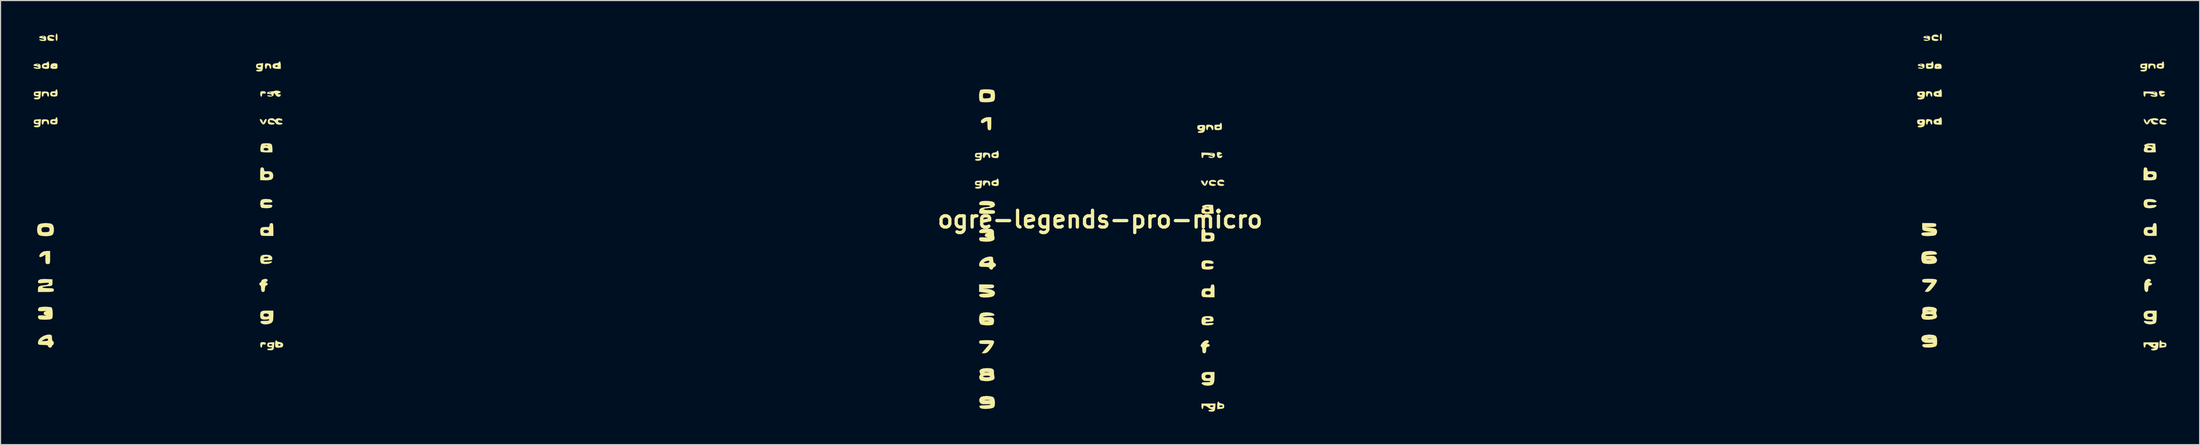
<source format=kicad_pcb>
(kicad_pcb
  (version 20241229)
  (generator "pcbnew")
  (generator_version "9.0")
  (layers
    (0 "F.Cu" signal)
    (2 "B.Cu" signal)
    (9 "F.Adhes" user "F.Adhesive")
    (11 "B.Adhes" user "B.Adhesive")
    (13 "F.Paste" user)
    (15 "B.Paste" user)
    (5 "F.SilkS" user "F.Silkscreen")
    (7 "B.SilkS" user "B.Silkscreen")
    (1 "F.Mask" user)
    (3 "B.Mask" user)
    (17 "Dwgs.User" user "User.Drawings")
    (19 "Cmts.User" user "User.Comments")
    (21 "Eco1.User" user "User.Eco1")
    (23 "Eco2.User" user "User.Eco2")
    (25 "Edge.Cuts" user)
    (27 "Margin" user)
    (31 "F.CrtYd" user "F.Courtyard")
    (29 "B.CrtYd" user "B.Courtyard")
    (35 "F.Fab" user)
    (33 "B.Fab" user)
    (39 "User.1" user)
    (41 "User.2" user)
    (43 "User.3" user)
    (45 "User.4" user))
  (footprint "ogre-legends-pro-micro"
    (layer "F.Cu")
    (at 97.097 16.938)
    (property "Reference" "ogre-legends-pro-micro" (at 0 0 0) (layer "F.SilkS") (effects (font (size 1.524 1.524) (thickness 0.3))))
    (attr through_hole)
    (fp_poly (pts (xy -94.943 -16.858) (xy -94.913 -16.671) (xy -94.911 -16.595) (xy -94.93 -16.383) (xy -94.977 -16.265) (xy -94.996 -16.256) (xy -95.049 -16.331) (xy -95.079 -16.519) (xy -95.081 -16.595) (xy -95.062 -16.807) (xy -95.015 -16.925) (xy -94.996 -16.933) (xy -94.943 -16.858)) (stroke (width 0.01) (type solid)) (fill yes) (layer "F.SilkS"))
    (fp_poly (pts (xy 76.592 -16.858) (xy 76.621 -16.671) (xy 76.623 -16.595) (xy 76.605 -16.383) (xy 76.558 -16.265) (xy 76.539 -16.256) (xy 76.486 -16.331) (xy 76.456 -16.519) (xy 76.454 -16.595) (xy 76.473 -16.807) (xy 76.52 -16.925) (xy 76.539 -16.933) (xy 76.592 -16.858)) (stroke (width 0.01) (type solid)) (fill yes) (layer "F.SilkS"))
    (fp_poly (pts (xy -76.002 -11.649) (xy -75.946 -11.551) (xy -75.994 -11.459) (xy -76.115 -11.472) (xy -76.248 -11.48) (xy -76.285 -11.358) (xy -76.285 -11.351) (xy -76.319 -11.21) (xy -76.369 -11.176) (xy -76.429 -11.25) (xy -76.454 -11.427) (xy -76.454 -11.43) (xy -76.433 -11.61) (xy -76.334 -11.676) (xy -76.2 -11.684) (xy -76.002 -11.649)) (stroke (width 0.01) (type solid)) (fill yes) (layer "F.SilkS"))
    (fp_poly (pts (xy -76.002 11.211) (xy -75.946 11.309) (xy -75.994 11.401) (xy -76.115 11.388) (xy -76.248 11.38) (xy -76.285 11.502) (xy -76.285 11.509) (xy -76.319 11.65) (xy -76.369 11.684) (xy -76.429 11.61) (xy -76.454 11.433) (xy -76.454 11.43) (xy -76.433 11.25) (xy -76.334 11.184) (xy -76.2 11.176) (xy -76.002 11.211)) (stroke (width 0.01) (type solid)) (fill yes) (layer "F.SilkS"))
    (fp_poly (pts (xy -75.876 -9.128) (xy -75.877 -9.05) (xy -75.953 -8.867) (xy -75.96 -8.852) (xy -76.087 -8.673) (xy -76.226 -8.663) (xy -76.372 -8.82) (xy -76.412 -8.89) (xy -76.49 -9.063) (xy -76.48 -9.134) (xy -76.424 -9.144) (xy -76.31 -9.073) (xy -76.248 -8.954) (xy -76.191 -8.763) (xy -76.114 -8.954) (xy -76.022 -9.1) (xy -75.949 -9.144) (xy -75.876 -9.128)) (stroke (width 0.01) (type solid)) (fill yes) (layer "F.SilkS"))
    (fp_poly (pts (xy 9.807 -3.541) (xy 9.808 -3.465) (xy 9.745 -3.283) (xy 9.739 -3.265) (xy 9.62 -3.087) (xy 9.475 -3.07) (xy 9.323 -3.213) (xy 9.271 -3.302) (xy 9.193 -3.476) (xy 9.205 -3.547) (xy 9.256 -3.556) (xy 9.376 -3.487) (xy 9.457 -3.365) (xy 9.542 -3.175) (xy 9.603 -3.365) (xy 9.679 -3.513) (xy 9.742 -3.556) (xy 9.807 -3.541)) (stroke (width 0.01) (type solid)) (fill yes) (layer "F.SilkS"))
    (fp_poly (pts (xy -96.033 -11.654) (xy -95.821 -11.63) (xy -95.723 -11.555) (xy -95.689 -11.409) (xy -95.697 -11.241) (xy -95.752 -11.176) (xy -95.826 -11.247) (xy -95.843 -11.345) (xy -95.903 -11.487) (xy -96.012 -11.515) (xy -96.154 -11.455) (xy -96.181 -11.345) (xy -96.217 -11.208) (xy -96.266 -11.176) (xy -96.326 -11.249) (xy -96.351 -11.422) (xy -96.336 -11.582) (xy -96.259 -11.648) (xy -96.07 -11.656) (xy -96.033 -11.654)) (stroke (width 0.01) (type solid)) (fill yes) (layer "F.SilkS"))
    (fp_poly (pts (xy -96.033 -9.114) (xy -95.821 -9.09) (xy -95.723 -9.015) (xy -95.689 -8.869) (xy -95.697 -8.701) (xy -95.752 -8.636) (xy -95.826 -8.707) (xy -95.843 -8.805) (xy -95.903 -8.947) (xy -96.012 -8.975) (xy -96.154 -8.915) (xy -96.181 -8.805) (xy -96.217 -8.668) (xy -96.266 -8.636) (xy -96.326 -8.709) (xy -96.351 -8.882) (xy -96.336 -9.042) (xy -96.259 -9.108) (xy -96.07 -9.116) (xy -96.033 -9.114)) (stroke (width 0.01) (type solid)) (fill yes) (layer "F.SilkS"))
    (fp_poly (pts (xy -95.589 3.471) (xy -95.592 3.781) (xy -95.61 3.958) (xy -95.656 4.04) (xy -95.744 4.063) (xy -95.8 4.064) (xy -95.925 4.051) (xy -95.988 3.982) (xy -96.01 3.816) (xy -96.012 3.631) (xy -96.012 3.198) (xy -96.233 3.342) (xy -96.443 3.434) (xy -96.56 3.4) (xy -96.559 3.27) (xy -96.436 3.091) (xy -96.206 2.926) (xy -95.913 2.879) (xy -95.589 2.879) (xy -95.589 3.471)) (stroke (width 0.01) (type solid)) (fill yes) (layer "F.SilkS"))
    (fp_poly (pts (xy -75.755 -14.208) (xy -75.558 -14.164) (xy -75.473 -14.052) (xy -75.454 -13.949) (xy -75.462 -13.781) (xy -75.517 -13.716) (xy -75.59 -13.787) (xy -75.607 -13.885) (xy -75.66 -14.023) (xy -75.734 -14.055) (xy -75.838 -13.984) (xy -75.861 -13.885) (xy -75.897 -13.748) (xy -75.946 -13.716) (xy -76.005 -13.79) (xy -76.031 -13.968) (xy -76.031 -13.975) (xy -76.015 -14.152) (xy -75.934 -14.214) (xy -75.755 -14.208)) (stroke (width 0.01) (type solid)) (fill yes) (layer "F.SilkS"))
    (fp_poly (pts (xy -10.351 -6.08) (xy -10.137 -6.045) (xy -10.039 -5.962) (xy -10.006 -5.821) (xy -10.015 -5.653) (xy -10.07 -5.588) (xy -10.143 -5.659) (xy -10.16 -5.757) (xy -10.216 -5.898) (xy -10.295 -5.927) (xy -10.423 -5.856) (xy -10.474 -5.757) (xy -10.545 -5.608) (xy -10.617 -5.613) (xy -10.663 -5.757) (xy -10.668 -5.847) (xy -10.656 -6.015) (xy -10.585 -6.082) (xy -10.407 -6.084) (xy -10.351 -6.08)) (stroke (width 0.01) (type solid)) (fill yes) (layer "F.SilkS"))
    (fp_poly (pts (xy -10.351 -3.54) (xy -10.137 -3.505) (xy -10.039 -3.422) (xy -10.006 -3.281) (xy -10.015 -3.113) (xy -10.07 -3.048) (xy -10.143 -3.119) (xy -10.16 -3.217) (xy -10.216 -3.358) (xy -10.295 -3.387) (xy -10.423 -3.316) (xy -10.474 -3.217) (xy -10.545 -3.068) (xy -10.617 -3.073) (xy -10.663 -3.217) (xy -10.668 -3.307) (xy -10.656 -3.475) (xy -10.585 -3.542) (xy -10.407 -3.544) (xy -10.351 -3.54)) (stroke (width 0.01) (type solid)) (fill yes) (layer "F.SilkS"))
    (fp_poly (pts (xy 10.902 -6.126) (xy 11.052 -6.054) (xy 11.086 -5.973) (xy 10.99 -5.928) (xy 10.964 -5.927) (xy 10.852 -5.878) (xy 10.837 -5.836) (xy 10.903 -5.784) (xy 11.006 -5.799) (xy 11.127 -5.814) (xy 11.127 -5.727) (xy 11.124 -5.721) (xy 11.008 -5.616) (xy 10.88 -5.588) (xy 10.722 -5.639) (xy 10.643 -5.815) (xy 10.642 -5.821) (xy 10.631 -6.046) (xy 10.721 -6.141) (xy 10.902 -6.126)) (stroke (width 0.01) (type solid)) (fill yes) (layer "F.SilkS"))
    (fp_poly (pts (xy 75.459 -11.668) (xy 75.657 -11.624) (xy 75.742 -11.512) (xy 75.761 -11.409) (xy 75.753 -11.241) (xy 75.698 -11.176) (xy 75.624 -11.247) (xy 75.607 -11.345) (xy 75.554 -11.483) (xy 75.48 -11.515) (xy 75.377 -11.444) (xy 75.353 -11.345) (xy 75.318 -11.208) (xy 75.269 -11.176) (xy 75.21 -11.25) (xy 75.184 -11.428) (xy 75.184 -11.435) (xy 75.199 -11.612) (xy 75.281 -11.674) (xy 75.459 -11.668)) (stroke (width 0.01) (type solid)) (fill yes) (layer "F.SilkS"))
    (fp_poly (pts (xy 75.459 -9.128) (xy 75.657 -9.084) (xy 75.742 -8.972) (xy 75.761 -8.869) (xy 75.753 -8.701) (xy 75.698 -8.636) (xy 75.624 -8.707) (xy 75.607 -8.805) (xy 75.554 -8.943) (xy 75.48 -8.975) (xy 75.377 -8.904) (xy 75.353 -8.805) (xy 75.318 -8.668) (xy 75.269 -8.636) (xy 75.21 -8.71) (xy 75.184 -8.888) (xy 75.184 -8.895) (xy 75.199 -9.072) (xy 75.281 -9.134) (xy 75.459 -9.128)) (stroke (width 0.01) (type solid)) (fill yes) (layer "F.SilkS"))
    (fp_poly (pts (xy 95.737 -14.194) (xy 95.949 -14.17) (xy 96.047 -14.095) (xy 96.081 -13.949) (xy 96.073 -13.781) (xy 96.018 -13.716) (xy 95.944 -13.787) (xy 95.927 -13.885) (xy 95.867 -14.027) (xy 95.758 -14.055) (xy 95.616 -13.995) (xy 95.589 -13.885) (xy 95.553 -13.748) (xy 95.504 -13.716) (xy 95.444 -13.789) (xy 95.419 -13.962) (xy 95.434 -14.122) (xy 95.511 -14.188) (xy 95.7 -14.196) (xy 95.737 -14.194)) (stroke (width 0.01) (type solid)) (fill yes) (layer "F.SilkS"))
    (fp_poly (pts (xy 96.71 -11.71) (xy 96.887 -11.646) (xy 96.939 -11.572) (xy 96.853 -11.521) (xy 96.774 -11.515) (xy 96.636 -11.477) (xy 96.605 -11.424) (xy 96.671 -11.373) (xy 96.784 -11.391) (xy 96.915 -11.408) (xy 96.926 -11.333) (xy 96.82 -11.23) (xy 96.704 -11.191) (xy 96.544 -11.221) (xy 96.435 -11.389) (xy 96.432 -11.396) (xy 96.388 -11.611) (xy 96.469 -11.715) (xy 96.682 -11.715) (xy 96.71 -11.71)) (stroke (width 0.01) (type solid)) (fill yes) (layer "F.SilkS"))
    (fp_poly (pts (xy -95.306 -16.779) (xy -95.191 -16.711) (xy -95.187 -16.701) (xy -95.21 -16.636) (xy -95.364 -16.64) (xy -95.424 -16.651) (xy -95.608 -16.673) (xy -95.665 -16.629) (xy -95.657 -16.586) (xy -95.552 -16.489) (xy -95.39 -16.441) (xy -95.241 -16.397) (xy -95.211 -16.335) (xy -95.335 -16.269) (xy -95.53 -16.259) (xy -95.717 -16.301) (xy -95.81 -16.378) (xy -95.844 -16.614) (xy -95.735 -16.76) (xy -95.51 -16.806) (xy -95.306 -16.779)) (stroke (width 0.01) (type solid)) (fill yes) (layer "F.SilkS"))
    (fp_poly (pts (xy 9.97 -8.62) (xy 10.183 -8.585) (xy 10.281 -8.502) (xy 10.314 -8.361) (xy 10.301 -8.181) (xy 10.236 -8.133) (xy 10.158 -8.229) (xy 10.135 -8.297) (xy 10.043 -8.435) (xy 9.956 -8.467) (xy 9.844 -8.396) (xy 9.821 -8.297) (xy 9.786 -8.16) (xy 9.737 -8.128) (xy 9.678 -8.202) (xy 9.652 -8.38) (xy 9.652 -8.387) (xy 9.664 -8.555) (xy 9.735 -8.622) (xy 9.913 -8.624) (xy 9.97 -8.62)) (stroke (width 0.01) (type solid)) (fill yes) (layer "F.SilkS"))
    (fp_poly (pts (xy 10.454 -3.567) (xy 10.564 -3.486) (xy 10.565 -3.484) (xy 10.554 -3.411) (xy 10.425 -3.41) (xy 10.339 -3.427) (xy 10.152 -3.45) (xy 10.081 -3.398) (xy 10.075 -3.351) (xy 10.14 -3.248) (xy 10.334 -3.217) (xy 10.504 -3.194) (xy 10.543 -3.136) (xy 10.541 -3.133) (xy 10.416 -3.063) (xy 10.22 -3.051) (xy 10.032 -3.092) (xy 9.939 -3.17) (xy 9.905 -3.406) (xy 10.013 -3.552) (xy 10.239 -3.598) (xy 10.454 -3.567)) (stroke (width 0.01) (type solid)) (fill yes) (layer "F.SilkS"))
    (fp_poly (pts (xy 96.983 -9.155) (xy 97.093 -9.074) (xy 97.094 -9.072) (xy 97.083 -8.999) (xy 96.954 -8.998) (xy 96.869 -9.015) (xy 96.682 -9.038) (xy 96.61 -8.986) (xy 96.605 -8.939) (xy 96.67 -8.836) (xy 96.864 -8.805) (xy 97.033 -8.782) (xy 97.072 -8.724) (xy 97.07 -8.721) (xy 96.946 -8.651) (xy 96.749 -8.639) (xy 96.562 -8.68) (xy 96.468 -8.758) (xy 96.434 -8.994) (xy 96.543 -9.14) (xy 96.768 -9.186) (xy 96.983 -9.155)) (stroke (width 0.01) (type solid)) (fill yes) (layer "F.SilkS"))
    (fp_poly (pts (xy 11.15 -3.619) (xy 11.282 -3.533) (xy 11.292 -3.512) (xy 11.303 -3.421) (xy 11.209 -3.407) (xy 11.091 -3.429) (xy 10.909 -3.45) (xy 10.841 -3.392) (xy 10.837 -3.351) (xy 10.902 -3.248) (xy 11.096 -3.217) (xy 11.266 -3.194) (xy 11.305 -3.136) (xy 11.303 -3.133) (xy 11.178 -3.063) (xy 10.982 -3.051) (xy 10.794 -3.092) (xy 10.701 -3.17) (xy 10.675 -3.358) (xy 10.683 -3.445) (xy 10.778 -3.567) (xy 10.958 -3.628) (xy 11.15 -3.619)) (stroke (width 0.01) (type solid)) (fill yes) (layer "F.SilkS"))
    (fp_poly (pts (xy 76.174 -16.827) (xy 76.306 -16.741) (xy 76.316 -16.72) (xy 76.327 -16.629) (xy 76.233 -16.615) (xy 76.115 -16.637) (xy 75.933 -16.658) (xy 75.865 -16.6) (xy 75.861 -16.559) (xy 75.926 -16.456) (xy 76.12 -16.425) (xy 76.29 -16.402) (xy 76.329 -16.344) (xy 76.327 -16.341) (xy 76.202 -16.271) (xy 76.006 -16.259) (xy 75.818 -16.3) (xy 75.725 -16.378) (xy 75.699 -16.566) (xy 75.707 -16.653) (xy 75.802 -16.775) (xy 75.982 -16.836) (xy 76.174 -16.827)) (stroke (width 0.01) (type solid)) (fill yes) (layer "F.SilkS"))
    (fp_poly (pts (xy -95.003 -14.209) (xy -94.925 -14.131) (xy -94.911 -13.97) (xy -94.928 -13.798) (xy -95.014 -13.729) (xy -95.203 -13.716) (xy -95.411 -13.734) (xy -95.532 -13.779) (xy -95.537 -13.786) (xy -95.551 -13.906) (xy -95.298 -13.906) (xy -95.215 -13.892) (xy -95.105 -13.908) (xy -95.104 -13.936) (xy -95.217 -13.957) (xy -95.266 -13.943) (xy -95.298 -13.906) (xy -95.551 -13.906) (xy -95.553 -13.916) (xy -95.532 -14.04) (xy -95.455 -14.172) (xy -95.285 -14.221) (xy -95.198 -14.224) (xy -95.003 -14.209)) (stroke (width 0.01) (type solid)) (fill yes) (layer "F.SilkS"))
    (fp_poly (pts (xy 76.492 -14.163) (xy 76.581 -14.08) (xy 76.608 -13.949) (xy 76.612 -13.801) (xy 76.549 -13.734) (xy 76.375 -13.717) (xy 76.287 -13.716) (xy 76.068 -13.724) (xy 75.975 -13.771) (xy 75.964 -13.888) (xy 75.966 -13.906) (xy 76.152 -13.906) (xy 76.235 -13.892) (xy 76.345 -13.908) (xy 76.346 -13.936) (xy 76.233 -13.957) (xy 76.184 -13.943) (xy 76.152 -13.906) (xy 75.966 -13.906) (xy 75.971 -13.949) (xy 76.016 -14.109) (xy 76.13 -14.172) (xy 76.292 -14.182) (xy 76.492 -14.163)) (stroke (width 0.01) (type solid)) (fill yes) (layer "F.SilkS"))
    (fp_poly (pts (xy -9.906 -8.721) (xy -9.911 -8.409) (xy -9.931 -8.231) (xy -9.978 -8.149) (xy -10.062 -8.128) (xy -10.075 -8.128) (xy -10.177 -8.15) (xy -10.228 -8.245) (xy -10.244 -8.453) (xy -10.245 -8.551) (xy -10.253 -8.793) (xy -10.274 -8.946) (xy -10.29 -8.975) (xy -10.387 -8.933) (xy -10.532 -8.846) (xy -10.687 -8.764) (xy -10.785 -8.791) (xy -10.829 -8.837) (xy -10.848 -8.967) (xy -10.743 -9.108) (xy -10.55 -9.23) (xy -10.311 -9.304) (xy -10.191 -9.313) (xy -9.906 -9.313) (xy -9.906 -8.721)) (stroke (width 0.01) (type solid)) (fill yes) (layer "F.SilkS"))
    (fp_poly (pts (xy 95.629 5.468) (xy 95.671 5.575) (xy 95.584 5.677) (xy 95.525 5.699) (xy 95.45 5.73) (xy 95.536 5.746) (xy 95.567 5.748) (xy 95.715 5.803) (xy 95.755 5.907) (xy 95.682 5.994) (xy 95.589 6.011) (xy 95.472 6.044) (xy 95.425 6.174) (xy 95.419 6.308) (xy 95.399 6.514) (xy 95.323 6.596) (xy 95.261 6.604) (xy 95.157 6.568) (xy 95.094 6.435) (xy 95.058 6.207) (xy 95.064 5.84) (xy 95.166 5.576) (xy 95.354 5.436) (xy 95.471 5.419) (xy 95.629 5.468)) (stroke (width 0.01) (type solid)) (fill yes) (layer "F.SilkS"))
    (fp_poly (pts (xy -9.992 11.01) (xy -9.79 11.026) (xy -9.689 11.064) (xy -9.655 11.131) (xy -9.652 11.178) (xy -9.701 11.335) (xy -9.827 11.567) (xy -9.966 11.771) (xy -10.169 12.019) (xy -10.332 12.149) (xy -10.495 12.191) (xy -10.525 12.192) (xy -10.768 12.192) (xy -10.414 11.769) (xy -10.06 11.345) (xy -10.533 11.345) (xy -10.805 11.338) (xy -10.948 11.307) (xy -11.001 11.239) (xy -11.007 11.176) (xy -10.993 11.092) (xy -10.927 11.041) (xy -10.777 11.016) (xy -10.508 11.007) (xy -10.329 11.007) (xy -9.992 11.01)) (stroke (width 0.01) (type solid)) (fill yes) (layer "F.SilkS"))
    (fp_poly (pts (xy 75.896 5.428) (xy 76.115 5.469) (xy 76.191 5.564) (xy 76.133 5.737) (xy 75.952 6.007) (xy 75.851 6.142) (xy 75.617 6.422) (xy 75.432 6.569) (xy 75.301 6.604) (xy 75.146 6.586) (xy 75.099 6.555) (xy 75.149 6.468) (xy 75.277 6.294) (xy 75.406 6.131) (xy 75.712 5.757) (xy 75.279 5.757) (xy 75.021 5.749) (xy 74.891 5.713) (xy 74.848 5.633) (xy 74.845 5.588) (xy 74.859 5.504) (xy 74.925 5.453) (xy 75.075 5.428) (xy 75.344 5.419) (xy 75.523 5.419) (xy 75.896 5.428)) (stroke (width 0.01) (type solid)) (fill yes) (layer "F.SilkS"))
    (fp_poly (pts (xy -74.623 -14.318) (xy -74.593 -14.131) (xy -74.591 -14.055) (xy -74.591 -13.716) (xy -74.933 -13.716) (xy -75.204 -13.749) (xy -75.323 -13.843) (xy -75.332 -13.97) (xy -75.099 -13.97) (xy -75.031 -13.895) (xy -74.972 -13.885) (xy -74.86 -13.931) (xy -74.845 -13.97) (xy -74.914 -14.045) (xy -74.972 -14.055) (xy -75.085 -14.009) (xy -75.099 -13.97) (xy -75.332 -13.97) (xy -75.338 -14.053) (xy -75.211 -14.187) (xy -75.017 -14.224) (xy -74.838 -14.248) (xy -74.761 -14.307) (xy -74.761 -14.309) (xy -74.696 -14.391) (xy -74.676 -14.393) (xy -74.623 -14.318)) (stroke (width 0.01) (type solid)) (fill yes) (layer "F.SilkS"))
    (fp_poly (pts (xy 10.835 16.655) (xy 10.837 16.674) (xy 10.911 16.74) (xy 11.07 16.78) (xy 11.245 16.833) (xy 11.301 16.971) (xy 11.303 17.018) (xy 11.28 17.16) (xy 11.177 17.229) (xy 10.986 17.256) (xy 10.668 17.282) (xy 10.668 17.018) (xy 10.837 17.018) (xy 10.908 17.087) (xy 11.007 17.103) (xy 11.144 17.067) (xy 11.176 17.018) (xy 11.105 16.949) (xy 11.007 16.933) (xy 10.869 16.969) (xy 10.837 17.018) (xy 10.668 17.018) (xy 10.668 16.938) (xy 10.687 16.724) (xy 10.733 16.604) (xy 10.753 16.595) (xy 10.835 16.655)) (stroke (width 0.01) (type solid)) (fill yes) (layer "F.SilkS"))
    (fp_poly (pts (xy 76.592 -11.778) (xy 76.621 -11.591) (xy 76.623 -11.515) (xy 76.623 -11.176) (xy 76.282 -11.176) (xy 76.011 -11.209) (xy 75.892 -11.303) (xy 75.883 -11.43) (xy 76.115 -11.43) (xy 76.184 -11.355) (xy 76.242 -11.345) (xy 76.355 -11.391) (xy 76.369 -11.43) (xy 76.301 -11.505) (xy 76.242 -11.515) (xy 76.13 -11.469) (xy 76.115 -11.43) (xy 75.883 -11.43) (xy 75.877 -11.513) (xy 76.004 -11.647) (xy 76.197 -11.684) (xy 76.377 -11.708) (xy 76.454 -11.767) (xy 76.454 -11.769) (xy 76.518 -11.851) (xy 76.539 -11.853) (xy 76.592 -11.778)) (stroke (width 0.01) (type solid)) (fill yes) (layer "F.SilkS"))
    (fp_poly (pts (xy 76.592 -9.238) (xy 76.621 -9.051) (xy 76.623 -8.975) (xy 76.623 -8.636) (xy 76.282 -8.636) (xy 76.011 -8.669) (xy 75.892 -8.763) (xy 75.883 -8.89) (xy 76.115 -8.89) (xy 76.184 -8.815) (xy 76.242 -8.805) (xy 76.355 -8.851) (xy 76.369 -8.89) (xy 76.301 -8.965) (xy 76.242 -8.975) (xy 76.13 -8.929) (xy 76.115 -8.89) (xy 75.883 -8.89) (xy 75.877 -8.973) (xy 76.004 -9.107) (xy 76.197 -9.144) (xy 76.377 -9.168) (xy 76.454 -9.227) (xy 76.454 -9.229) (xy 76.518 -9.311) (xy 76.539 -9.313) (xy 76.592 -9.238)) (stroke (width 0.01) (type solid)) (fill yes) (layer "F.SilkS"))
    (fp_poly (pts (xy 96.598 11.074) (xy 96.605 11.116) (xy 96.679 11.197) (xy 96.838 11.222) (xy 97.009 11.247) (xy 97.067 11.359) (xy 97.07 11.43) (xy 97.047 11.572) (xy 96.945 11.641) (xy 96.753 11.668) (xy 96.435 11.694) (xy 96.435 11.43) (xy 96.605 11.43) (xy 96.676 11.499) (xy 96.774 11.515) (xy 96.912 11.479) (xy 96.943 11.43) (xy 96.872 11.361) (xy 96.774 11.345) (xy 96.636 11.381) (xy 96.605 11.43) (xy 96.435 11.43) (xy 96.435 11.35) (xy 96.454 11.136) (xy 96.5 11.016) (xy 96.52 11.007) (xy 96.598 11.074)) (stroke (width 0.01) (type solid)) (fill yes) (layer "F.SilkS"))
    (fp_poly (pts (xy -95.705 -14.318) (xy -95.675 -14.131) (xy -95.673 -14.055) (xy -95.682 -13.838) (xy -95.738 -13.741) (xy -95.883 -13.717) (xy -95.972 -13.716) (xy -96.212 -13.752) (xy -96.32 -13.843) (xy -96.328 -13.97) (xy -96.181 -13.97) (xy -96.11 -13.901) (xy -96.012 -13.885) (xy -95.874 -13.921) (xy -95.843 -13.97) (xy -95.914 -14.039) (xy -96.012 -14.055) (xy -96.15 -14.019) (xy -96.181 -13.97) (xy -96.328 -13.97) (xy -96.333 -14.056) (xy -96.207 -14.193) (xy -96.057 -14.224) (xy -95.897 -14.253) (xy -95.843 -14.309) (xy -95.778 -14.391) (xy -95.758 -14.393) (xy -95.705 -14.318)) (stroke (width 0.01) (type solid)) (fill yes) (layer "F.SilkS"))
    (fp_poly (pts (xy -94.942 -11.778) (xy -94.913 -11.592) (xy -94.911 -11.528) (xy -94.922 -11.317) (xy -94.984 -11.223) (xy -95.145 -11.195) (xy -95.211 -11.192) (xy -95.457 -11.219) (xy -95.559 -11.305) (xy -95.57 -11.43) (xy -95.419 -11.43) (xy -95.348 -11.361) (xy -95.25 -11.345) (xy -95.112 -11.381) (xy -95.081 -11.43) (xy -95.152 -11.499) (xy -95.25 -11.515) (xy -95.388 -11.479) (xy -95.419 -11.43) (xy -95.57 -11.43) (xy -95.577 -11.515) (xy -95.47 -11.646) (xy -95.291 -11.663) (xy -95.12 -11.667) (xy -95.081 -11.738) (xy -95.031 -11.843) (xy -94.996 -11.853) (xy -94.942 -11.778)) (stroke (width 0.01) (type solid)) (fill yes) (layer "F.SilkS"))
    (fp_poly (pts (xy -94.942 -9.238) (xy -94.913 -9.052) (xy -94.911 -8.988) (xy -94.922 -8.777) (xy -94.984 -8.683) (xy -95.145 -8.655) (xy -95.211 -8.652) (xy -95.457 -8.679) (xy -95.559 -8.765) (xy -95.57 -8.89) (xy -95.419 -8.89) (xy -95.348 -8.821) (xy -95.25 -8.805) (xy -95.112 -8.841) (xy -95.081 -8.89) (xy -95.152 -8.959) (xy -95.25 -8.975) (xy -95.388 -8.939) (xy -95.419 -8.89) (xy -95.57 -8.89) (xy -95.577 -8.975) (xy -95.47 -9.106) (xy -95.291 -9.123) (xy -95.12 -9.127) (xy -95.081 -9.198) (xy -95.031 -9.303) (xy -94.996 -9.313) (xy -94.942 -9.238)) (stroke (width 0.01) (type solid)) (fill yes) (layer "F.SilkS"))
    (fp_poly (pts (xy -74.932 11.071) (xy -74.93 11.091) (xy -74.857 11.152) (xy -74.685 11.176) (xy -74.464 11.234) (xy -74.367 11.388) (xy -74.391 11.557) (xy -74.517 11.653) (xy -74.77 11.684) (xy -74.981 11.675) (xy -75.074 11.617) (xy -75.099 11.461) (xy -75.099 11.43) (xy -74.845 11.43) (xy -74.777 11.505) (xy -74.718 11.515) (xy -74.606 11.469) (xy -74.591 11.43) (xy -74.66 11.355) (xy -74.718 11.345) (xy -74.831 11.391) (xy -74.845 11.43) (xy -75.099 11.43) (xy -75.099 11.345) (xy -75.081 11.133) (xy -75.034 11.015) (xy -75.015 11.007) (xy -74.932 11.071)) (stroke (width 0.01) (type solid)) (fill yes) (layer "F.SilkS"))
    (fp_poly (pts (xy -9.26 -6.19) (xy -9.231 -6.003) (xy -9.229 -5.927) (xy -9.238 -5.71) (xy -9.293 -5.613) (xy -9.438 -5.589) (xy -9.528 -5.588) (xy -9.768 -5.624) (xy -9.875 -5.715) (xy -9.883 -5.842) (xy -9.737 -5.842) (xy -9.666 -5.773) (xy -9.567 -5.757) (xy -9.43 -5.793) (xy -9.398 -5.842) (xy -9.469 -5.911) (xy -9.567 -5.927) (xy -9.705 -5.891) (xy -9.737 -5.842) (xy -9.883 -5.842) (xy -9.888 -5.928) (xy -9.762 -6.065) (xy -9.612 -6.096) (xy -9.452 -6.125) (xy -9.398 -6.181) (xy -9.334 -6.263) (xy -9.313 -6.265) (xy -9.26 -6.19)) (stroke (width 0.01) (type solid)) (fill yes) (layer "F.SilkS"))
    (fp_poly (pts (xy -9.26 -3.65) (xy -9.231 -3.463) (xy -9.229 -3.387) (xy -9.238 -3.17) (xy -9.293 -3.073) (xy -9.438 -3.049) (xy -9.528 -3.048) (xy -9.768 -3.084) (xy -9.875 -3.175) (xy -9.883 -3.302) (xy -9.737 -3.302) (xy -9.666 -3.233) (xy -9.567 -3.217) (xy -9.43 -3.253) (xy -9.398 -3.302) (xy -9.469 -3.371) (xy -9.567 -3.387) (xy -9.705 -3.351) (xy -9.737 -3.302) (xy -9.883 -3.302) (xy -9.888 -3.388) (xy -9.762 -3.525) (xy -9.612 -3.556) (xy -9.452 -3.585) (xy -9.398 -3.641) (xy -9.334 -3.723) (xy -9.313 -3.725) (xy -9.26 -3.65)) (stroke (width 0.01) (type solid)) (fill yes) (layer "F.SilkS"))
    (fp_poly (pts (xy 96.828 -14.318) (xy 96.857 -14.132) (xy 96.859 -14.068) (xy 96.848 -13.857) (xy 96.786 -13.763) (xy 96.625 -13.735) (xy 96.559 -13.732) (xy 96.313 -13.759) (xy 96.211 -13.845) (xy 96.2 -13.97) (xy 96.351 -13.97) (xy 96.422 -13.901) (xy 96.52 -13.885) (xy 96.658 -13.921) (xy 96.689 -13.97) (xy 96.618 -14.039) (xy 96.52 -14.055) (xy 96.382 -14.019) (xy 96.351 -13.97) (xy 96.2 -13.97) (xy 96.193 -14.055) (xy 96.3 -14.186) (xy 96.479 -14.203) (xy 96.65 -14.207) (xy 96.689 -14.278) (xy 96.739 -14.383) (xy 96.774 -14.393) (xy 96.828 -14.318)) (stroke (width 0.01) (type solid)) (fill yes) (layer "F.SilkS"))
    (fp_poly (pts (xy -75.567 -1.831) (xy -75.387 -1.737) (xy -75.353 -1.643) (xy -75.404 -1.569) (xy -75.575 -1.542) (xy -75.755 -1.546) (xy -76.01 -1.546) (xy -76.132 -1.506) (xy -76.158 -1.439) (xy -76.117 -1.361) (xy -75.971 -1.33) (xy -75.755 -1.333) (xy -75.495 -1.331) (xy -75.372 -1.288) (xy -75.353 -1.236) (xy -75.422 -1.107) (xy -75.487 -1.067) (xy -75.68 -1.033) (xy -75.95 -1.024) (xy -76.21 -1.041) (xy -76.348 -1.072) (xy -76.417 -1.177) (xy -76.453 -1.384) (xy -76.454 -1.437) (xy -76.428 -1.67) (xy -76.328 -1.8) (xy -76.118 -1.855) (xy -75.904 -1.863) (xy -75.567 -1.831)) (stroke (width 0.01) (type solid)) (fill yes) (layer "F.SilkS"))
    (fp_poly (pts (xy 9.842 11.025) (xy 9.906 11.124) (xy 9.906 11.127) (xy 9.836 11.248) (xy 9.758 11.287) (xy 9.682 11.318) (xy 9.769 11.334) (xy 9.8 11.336) (xy 9.948 11.391) (xy 9.987 11.495) (xy 9.915 11.582) (xy 9.821 11.599) (xy 9.705 11.632) (xy 9.658 11.762) (xy 9.652 11.896) (xy 9.633 12.1) (xy 9.559 12.182) (xy 9.483 12.192) (xy 9.366 12.159) (xy 9.319 12.029) (xy 9.313 11.896) (xy 9.292 11.7) (xy 9.24 11.602) (xy 9.229 11.599) (xy 9.149 11.547) (xy 9.192 11.405) (xy 9.329 11.219) (xy 9.502 11.08) (xy 9.69 11.013) (xy 9.842 11.025)) (stroke (width 0.01) (type solid)) (fill yes) (layer "F.SilkS"))
    (fp_poly (pts (xy 11.061 -8.73) (xy 11.09 -8.544) (xy 11.091 -8.481) (xy 11.082 -8.272) (xy 11.021 -8.178) (xy 10.861 -8.147) (xy 10.753 -8.142) (xy 10.536 -8.143) (xy 10.439 -8.192) (xy 10.415 -8.324) (xy 10.414 -8.382) (xy 10.583 -8.382) (xy 10.654 -8.313) (xy 10.753 -8.297) (xy 10.89 -8.333) (xy 10.922 -8.382) (xy 10.851 -8.451) (xy 10.753 -8.467) (xy 10.615 -8.431) (xy 10.583 -8.382) (xy 10.414 -8.382) (xy 10.414 -8.392) (xy 10.429 -8.573) (xy 10.51 -8.631) (xy 10.668 -8.618) (xy 10.865 -8.619) (xy 10.922 -8.693) (xy 10.973 -8.796) (xy 11.007 -8.805) (xy 11.061 -8.73)) (stroke (width 0.01) (type solid)) (fill yes) (layer "F.SilkS"))
    (fp_poly (pts (xy 75.831 -14.318) (xy 75.86 -14.132) (xy 75.861 -14.069) (xy 75.852 -13.86) (xy 75.791 -13.766) (xy 75.631 -13.735) (xy 75.523 -13.73) (xy 75.306 -13.731) (xy 75.209 -13.78) (xy 75.185 -13.912) (xy 75.184 -13.97) (xy 75.353 -13.97) (xy 75.424 -13.901) (xy 75.523 -13.885) (xy 75.66 -13.921) (xy 75.692 -13.97) (xy 75.621 -14.039) (xy 75.523 -14.055) (xy 75.385 -14.019) (xy 75.353 -13.97) (xy 75.184 -13.97) (xy 75.184 -13.98) (xy 75.199 -14.161) (xy 75.28 -14.219) (xy 75.438 -14.206) (xy 75.635 -14.207) (xy 75.692 -14.281) (xy 75.743 -14.384) (xy 75.777 -14.393) (xy 75.831 -14.318)) (stroke (width 0.01) (type solid)) (fill yes) (layer "F.SilkS"))
    (fp_poly (pts (xy 10.114 3.756) (xy 10.294 3.85) (xy 10.329 3.951) (xy 10.295 4.024) (xy 10.166 4.042) (xy 9.948 4.017) (xy 9.715 3.989) (xy 9.603 4.008) (xy 9.569 4.089) (xy 9.567 4.149) (xy 9.581 4.262) (xy 9.653 4.306) (xy 9.828 4.297) (xy 9.948 4.28) (xy 10.189 4.255) (xy 10.304 4.28) (xy 10.329 4.346) (xy 10.261 4.48) (xy 10.195 4.521) (xy 10.003 4.555) (xy 9.732 4.564) (xy 9.472 4.547) (xy 9.335 4.516) (xy 9.266 4.411) (xy 9.23 4.204) (xy 9.229 4.151) (xy 9.254 3.918) (xy 9.355 3.788) (xy 9.564 3.733) (xy 9.779 3.725) (xy 10.114 3.756)) (stroke (width 0.01) (type solid)) (fill yes) (layer "F.SilkS"))
    (fp_poly (pts (xy 95.788 -1.842) (xy 96.01 -1.779) (xy 96.018 -1.775) (xy 96.169 -1.665) (xy 96.164 -1.589) (xy 96.015 -1.558) (xy 95.758 -1.574) (xy 95.508 -1.602) (xy 95.383 -1.589) (xy 95.339 -1.522) (xy 95.335 -1.439) (xy 95.347 -1.328) (xy 95.413 -1.28) (xy 95.574 -1.282) (xy 95.758 -1.304) (xy 96.031 -1.32) (xy 96.17 -1.285) (xy 96.163 -1.206) (xy 96.018 -1.104) (xy 95.8 -1.038) (xy 95.527 -1.019) (xy 95.27 -1.044) (xy 95.102 -1.113) (xy 95.098 -1.118) (xy 95.019 -1.276) (xy 94.996 -1.439) (xy 95.033 -1.646) (xy 95.098 -1.761) (xy 95.26 -1.832) (xy 95.514 -1.859) (xy 95.788 -1.842)) (stroke (width 0.01) (type solid)) (fill yes) (layer "F.SilkS"))
    (fp_poly (pts (xy -96.567 -14.163) (xy -96.478 -14.08) (xy -96.451 -13.949) (xy -96.449 -13.793) (xy -96.524 -13.729) (xy -96.721 -13.716) (xy -96.936 -13.74) (xy -97.069 -13.8) (xy -97.076 -13.81) (xy -97.064 -13.865) (xy -96.909 -13.853) (xy -96.859 -13.843) (xy -96.673 -13.818) (xy -96.633 -13.859) (xy -96.641 -13.876) (xy -96.762 -13.948) (xy -96.913 -13.97) (xy -97.069 -14.004) (xy -97.091 -14.075) (xy -96.822 -14.075) (xy -96.739 -14.061) (xy -96.629 -14.077) (xy -96.628 -14.106) (xy -96.741 -14.126) (xy -96.79 -14.113) (xy -96.822 -14.075) (xy -97.091 -14.075) (xy -97.091 -14.076) (xy -96.992 -14.147) (xy -96.794 -14.181) (xy -96.767 -14.182) (xy -96.567 -14.163)) (stroke (width 0.01) (type solid)) (fill yes) (layer "F.SilkS"))
    (fp_poly (pts (xy -96.059 -16.703) (xy -95.97 -16.62) (xy -95.943 -16.489) (xy -95.941 -16.333) (xy -96.016 -16.269) (xy -96.213 -16.256) (xy -96.428 -16.28) (xy -96.561 -16.34) (xy -96.568 -16.35) (xy -96.556 -16.405) (xy -96.401 -16.393) (xy -96.351 -16.383) (xy -96.165 -16.358) (xy -96.125 -16.399) (xy -96.133 -16.416) (xy -96.254 -16.488) (xy -96.405 -16.51) (xy -96.561 -16.544) (xy -96.583 -16.615) (xy -96.314 -16.615) (xy -96.231 -16.601) (xy -96.121 -16.617) (xy -96.12 -16.646) (xy -96.233 -16.666) (xy -96.282 -16.653) (xy -96.314 -16.615) (xy -96.583 -16.615) (xy -96.584 -16.616) (xy -96.484 -16.687) (xy -96.286 -16.721) (xy -96.259 -16.722) (xy -96.059 -16.703)) (stroke (width 0.01) (type solid)) (fill yes) (layer "F.SilkS"))
    (fp_poly (pts (xy -76.216 -13.87) (xy -76.243 -13.64) (xy -76.305 -13.529) (xy -76.439 -13.486) (xy -76.51 -13.478) (xy -76.712 -13.486) (xy -76.831 -13.54) (xy -76.832 -13.542) (xy -76.801 -13.608) (xy -76.625 -13.641) (xy -76.607 -13.641) (xy -76.327 -13.651) (xy -76.581 -13.706) (xy -76.768 -13.778) (xy -76.832 -13.915) (xy -76.835 -13.97) (xy -76.708 -13.97) (xy -76.637 -13.901) (xy -76.539 -13.885) (xy -76.401 -13.921) (xy -76.369 -13.97) (xy -76.44 -14.039) (xy -76.539 -14.055) (xy -76.676 -14.019) (xy -76.708 -13.97) (xy -76.835 -13.97) (xy -76.835 -13.971) (xy -76.812 -14.112) (xy -76.711 -14.18) (xy -76.512 -14.208) (xy -76.19 -14.235) (xy -76.216 -13.87)) (stroke (width 0.01) (type solid)) (fill yes) (layer "F.SilkS"))
    (fp_poly (pts (xy 74.964 -14.165) (xy 75.043 -14.089) (xy 75.056 -13.97) (xy 75.027 -13.817) (xy 74.904 -13.749) (xy 74.79 -13.732) (xy 74.588 -13.739) (xy 74.47 -13.792) (xy 74.468 -13.795) (xy 74.493 -13.846) (xy 74.67 -13.831) (xy 74.685 -13.829) (xy 74.867 -13.808) (xy 74.907 -13.85) (xy 74.896 -13.872) (xy 74.773 -13.947) (xy 74.622 -13.97) (xy 74.465 -14.004) (xy 74.443 -14.075) (xy 74.628 -14.075) (xy 74.711 -14.061) (xy 74.821 -14.077) (xy 74.822 -14.106) (xy 74.709 -14.126) (xy 74.66 -14.113) (xy 74.628 -14.075) (xy 74.443 -14.075) (xy 74.443 -14.076) (xy 74.543 -14.147) (xy 74.74 -14.181) (xy 74.767 -14.182) (xy 74.964 -14.165)) (stroke (width 0.01) (type solid)) (fill yes) (layer "F.SilkS"))
    (fp_poly (pts (xy 75.472 -16.705) (xy 75.551 -16.629) (xy 75.564 -16.51) (xy 75.535 -16.357) (xy 75.412 -16.289) (xy 75.298 -16.272) (xy 75.096 -16.279) (xy 74.978 -16.332) (xy 74.976 -16.335) (xy 75.001 -16.386) (xy 75.178 -16.371) (xy 75.193 -16.369) (xy 75.375 -16.348) (xy 75.415 -16.39) (xy 75.404 -16.412) (xy 75.281 -16.487) (xy 75.13 -16.51) (xy 74.973 -16.544) (xy 74.951 -16.615) (xy 75.136 -16.615) (xy 75.219 -16.601) (xy 75.329 -16.617) (xy 75.33 -16.646) (xy 75.217 -16.666) (xy 75.168 -16.653) (xy 75.136 -16.615) (xy 74.951 -16.615) (xy 74.951 -16.616) (xy 75.051 -16.687) (xy 75.248 -16.721) (xy 75.275 -16.722) (xy 75.472 -16.705)) (stroke (width 0.01) (type solid)) (fill yes) (layer "F.SilkS"))
    (fp_poly (pts (xy -75.806 5.472) (xy -75.786 5.584) (xy -75.883 5.684) (xy -75.925 5.699) (xy -76.029 5.731) (xy -75.969 5.744) (xy -75.925 5.748) (xy -75.808 5.809) (xy -75.781 5.919) (xy -75.851 6.003) (xy -75.904 6.011) (xy -75.998 6.076) (xy -76.03 6.281) (xy -76.031 6.308) (xy -76.05 6.512) (xy -76.124 6.594) (xy -76.2 6.604) (xy -76.317 6.571) (xy -76.364 6.441) (xy -76.369 6.308) (xy -76.391 6.112) (xy -76.443 6.014) (xy -76.454 6.011) (xy -76.529 5.943) (xy -76.539 5.884) (xy -76.493 5.772) (xy -76.454 5.757) (xy -76.377 5.689) (xy -76.369 5.639) (xy -76.293 5.507) (xy -76.089 5.431) (xy -75.939 5.419) (xy -75.806 5.472)) (stroke (width 0.01) (type solid)) (fill yes) (layer "F.SilkS"))
    (fp_poly (pts (xy -96.452 -11.316) (xy -96.48 -11.091) (xy -96.546 -10.985) (xy -96.691 -10.944) (xy -96.745 -10.938) (xy -96.947 -10.946) (xy -97.066 -11) (xy -97.067 -11.002) (xy -97.039 -11.067) (xy -96.866 -11.091) (xy -96.864 -11.091) (xy -96.683 -11.11) (xy -96.605 -11.156) (xy -96.605 -11.158) (xy -96.678 -11.206) (xy -96.838 -11.222) (xy -97.009 -11.247) (xy -97.067 -11.359) (xy -97.07 -11.43) (xy -96.943 -11.43) (xy -96.872 -11.361) (xy -96.774 -11.345) (xy -96.636 -11.381) (xy -96.605 -11.43) (xy -96.676 -11.499) (xy -96.774 -11.515) (xy -96.912 -11.479) (xy -96.943 -11.43) (xy -97.07 -11.43) (xy -97.049 -11.57) (xy -96.953 -11.634) (xy -96.748 -11.654) (xy -96.426 -11.667) (xy -96.452 -11.316)) (stroke (width 0.01) (type solid)) (fill yes) (layer "F.SilkS"))
    (fp_poly (pts (xy -96.452 -8.776) (xy -96.48 -8.551) (xy -96.546 -8.445) (xy -96.691 -8.404) (xy -96.745 -8.398) (xy -96.947 -8.406) (xy -97.066 -8.46) (xy -97.067 -8.462) (xy -97.039 -8.527) (xy -96.866 -8.551) (xy -96.864 -8.551) (xy -96.683 -8.57) (xy -96.605 -8.616) (xy -96.605 -8.618) (xy -96.678 -8.666) (xy -96.838 -8.682) (xy -97.009 -8.707) (xy -97.067 -8.819) (xy -97.07 -8.89) (xy -96.943 -8.89) (xy -96.872 -8.821) (xy -96.774 -8.805) (xy -96.636 -8.841) (xy -96.605 -8.89) (xy -96.676 -8.959) (xy -96.774 -8.975) (xy -96.912 -8.939) (xy -96.943 -8.89) (xy -97.07 -8.89) (xy -97.049 -9.03) (xy -96.953 -9.094) (xy -96.748 -9.114) (xy -96.426 -9.127) (xy -96.452 -8.776)) (stroke (width 0.01) (type solid)) (fill yes) (layer "F.SilkS"))
    (fp_poly (pts (xy -75.201 11.544) (xy -75.229 11.769) (xy -75.295 11.875) (xy -75.44 11.916) (xy -75.494 11.922) (xy -75.696 11.914) (xy -75.815 11.86) (xy -75.816 11.858) (xy -75.788 11.793) (xy -75.614 11.769) (xy -75.612 11.769) (xy -75.432 11.75) (xy -75.353 11.704) (xy -75.353 11.702) (xy -75.426 11.654) (xy -75.586 11.638) (xy -75.757 11.613) (xy -75.816 11.501) (xy -75.819 11.43) (xy -75.692 11.43) (xy -75.621 11.499) (xy -75.523 11.515) (xy -75.385 11.479) (xy -75.353 11.43) (xy -75.424 11.361) (xy -75.523 11.345) (xy -75.66 11.381) (xy -75.692 11.43) (xy -75.819 11.43) (xy -75.798 11.29) (xy -75.702 11.226) (xy -75.497 11.206) (xy -75.175 11.193) (xy -75.201 11.544)) (stroke (width 0.01) (type solid)) (fill yes) (layer "F.SilkS"))
    (fp_poly (pts (xy -10.769 -5.728) (xy -10.797 -5.503) (xy -10.864 -5.397) (xy -11.008 -5.356) (xy -11.062 -5.35) (xy -11.264 -5.358) (xy -11.383 -5.412) (xy -11.385 -5.414) (xy -11.356 -5.479) (xy -11.183 -5.503) (xy -11.181 -5.503) (xy -11 -5.522) (xy -10.922 -5.568) (xy -10.922 -5.57) (xy -10.995 -5.618) (xy -11.155 -5.634) (xy -11.326 -5.659) (xy -11.384 -5.771) (xy -11.388 -5.842) (xy -11.261 -5.842) (xy -11.19 -5.773) (xy -11.091 -5.757) (xy -10.954 -5.793) (xy -10.922 -5.842) (xy -10.993 -5.911) (xy -11.091 -5.927) (xy -11.229 -5.891) (xy -11.261 -5.842) (xy -11.388 -5.842) (xy -11.366 -5.982) (xy -11.27 -6.046) (xy -11.066 -6.066) (xy -10.744 -6.079) (xy -10.769 -5.728)) (stroke (width 0.01) (type solid)) (fill yes) (layer "F.SilkS"))
    (fp_poly (pts (xy -10.769 -3.188) (xy -10.797 -2.963) (xy -10.864 -2.857) (xy -11.008 -2.816) (xy -11.062 -2.81) (xy -11.264 -2.818) (xy -11.383 -2.872) (xy -11.385 -2.874) (xy -11.356 -2.939) (xy -11.183 -2.963) (xy -11.181 -2.963) (xy -11 -2.982) (xy -10.922 -3.028) (xy -10.922 -3.03) (xy -10.995 -3.078) (xy -11.155 -3.094) (xy -11.326 -3.119) (xy -11.384 -3.231) (xy -11.388 -3.302) (xy -11.261 -3.302) (xy -11.19 -3.233) (xy -11.091 -3.217) (xy -10.954 -3.253) (xy -10.922 -3.302) (xy -10.993 -3.371) (xy -11.091 -3.387) (xy -11.229 -3.351) (xy -11.261 -3.302) (xy -11.388 -3.302) (xy -11.366 -3.442) (xy -11.27 -3.506) (xy -11.066 -3.526) (xy -10.744 -3.539) (xy -10.769 -3.188)) (stroke (width 0.01) (type solid)) (fill yes) (layer "F.SilkS"))
    (fp_poly (pts (xy 9.537 -8.563) (xy 9.566 -8.443) (xy 9.567 -8.348) (xy 9.537 -8.126) (xy 9.466 -7.976) (xy 9.328 -7.906) (xy 9.14 -7.877) (xy 8.972 -7.891) (xy 8.891 -7.951) (xy 8.89 -7.959) (xy 8.963 -8.023) (xy 9.123 -8.053) (xy 9.356 -8.063) (xy 9.102 -8.118) (xy 8.915 -8.19) (xy 8.85 -8.327) (xy 8.848 -8.382) (xy 9.059 -8.382) (xy 9.128 -8.307) (xy 9.186 -8.297) (xy 9.299 -8.343) (xy 9.313 -8.382) (xy 9.245 -8.457) (xy 9.186 -8.467) (xy 9.074 -8.421) (xy 9.059 -8.382) (xy 8.848 -8.382) (xy 8.848 -8.383) (xy 8.866 -8.517) (xy 8.952 -8.581) (xy 9.152 -8.604) (xy 9.207 -8.606) (xy 9.433 -8.606) (xy 9.537 -8.563)) (stroke (width 0.01) (type solid)) (fill yes) (layer "F.SilkS"))
    (fp_poly (pts (xy 75.069 -11.611) (xy 75.098 -11.491) (xy 75.099 -11.396) (xy 75.069 -11.174) (xy 74.998 -11.024) (xy 74.86 -10.954) (xy 74.672 -10.925) (xy 74.504 -10.939) (xy 74.423 -10.999) (xy 74.422 -11.007) (xy 74.495 -11.071) (xy 74.655 -11.101) (xy 74.888 -11.111) (xy 74.634 -11.166) (xy 74.447 -11.238) (xy 74.382 -11.375) (xy 74.38 -11.43) (xy 74.591 -11.43) (xy 74.66 -11.355) (xy 74.718 -11.345) (xy 74.831 -11.391) (xy 74.845 -11.43) (xy 74.777 -11.505) (xy 74.718 -11.515) (xy 74.606 -11.469) (xy 74.591 -11.43) (xy 74.38 -11.43) (xy 74.38 -11.431) (xy 74.398 -11.565) (xy 74.484 -11.629) (xy 74.684 -11.652) (xy 74.74 -11.654) (xy 74.965 -11.654) (xy 75.069 -11.611)) (stroke (width 0.01) (type solid)) (fill yes) (layer "F.SilkS"))
    (fp_poly (pts (xy 75.069 -9.071) (xy 75.098 -8.951) (xy 75.099 -8.856) (xy 75.069 -8.634) (xy 74.998 -8.484) (xy 74.86 -8.414) (xy 74.672 -8.385) (xy 74.504 -8.399) (xy 74.423 -8.459) (xy 74.422 -8.467) (xy 74.495 -8.531) (xy 74.655 -8.561) (xy 74.888 -8.571) (xy 74.634 -8.626) (xy 74.447 -8.698) (xy 74.382 -8.835) (xy 74.38 -8.89) (xy 74.591 -8.89) (xy 74.66 -8.815) (xy 74.718 -8.805) (xy 74.831 -8.851) (xy 74.845 -8.89) (xy 74.777 -8.965) (xy 74.718 -8.975) (xy 74.606 -8.929) (xy 74.591 -8.89) (xy 74.38 -8.89) (xy 74.38 -8.891) (xy 74.398 -9.025) (xy 74.484 -9.089) (xy 74.684 -9.112) (xy 74.74 -9.114) (xy 74.965 -9.114) (xy 75.069 -9.071)) (stroke (width 0.01) (type solid)) (fill yes) (layer "F.SilkS"))
    (fp_poly (pts (xy 95.318 -13.856) (xy 95.29 -13.631) (xy 95.224 -13.525) (xy 95.079 -13.484) (xy 95.025 -13.478) (xy 94.823 -13.486) (xy 94.704 -13.54) (xy 94.703 -13.542) (xy 94.731 -13.607) (xy 94.904 -13.631) (xy 94.906 -13.631) (xy 95.087 -13.65) (xy 95.165 -13.696) (xy 95.165 -13.698) (xy 95.092 -13.746) (xy 94.933 -13.762) (xy 94.761 -13.787) (xy 94.703 -13.899) (xy 94.7 -13.97) (xy 94.827 -13.97) (xy 94.898 -13.901) (xy 94.996 -13.885) (xy 95.134 -13.921) (xy 95.165 -13.97) (xy 95.094 -14.039) (xy 94.996 -14.055) (xy 94.858 -14.019) (xy 94.827 -13.97) (xy 94.7 -13.97) (xy 94.721 -14.11) (xy 94.817 -14.174) (xy 95.022 -14.194) (xy 95.344 -14.207) (xy 95.318 -13.856)) (stroke (width 0.01) (type solid)) (fill yes) (layer "F.SilkS"))
    (fp_poly (pts (xy 96.137 -9.213) (xy 96.299 -9.154) (xy 96.351 -9.056) (xy 96.279 -9.018) (xy 96.104 -9.028) (xy 96.085 -9.032) (xy 95.904 -9.053) (xy 95.851 -9.007) (xy 95.859 -8.966) (xy 95.964 -8.866) (xy 96.146 -8.797) (xy 96.3 -8.755) (xy 96.3 -8.711) (xy 96.251 -8.685) (xy 95.999 -8.638) (xy 95.789 -8.711) (xy 95.675 -8.881) (xy 95.627 -9.085) (xy 95.525 -8.86) (xy 95.393 -8.676) (xy 95.251 -8.658) (xy 95.117 -8.807) (xy 95.094 -8.852) (xy 95.014 -9.043) (xy 95.007 -9.126) (xy 95.068 -9.144) (xy 95.153 -9.076) (xy 95.225 -8.954) (xy 95.31 -8.763) (xy 95.369 -8.949) (xy 95.477 -9.079) (xy 95.675 -9.17) (xy 95.912 -9.217) (xy 96.137 -9.213)) (stroke (width 0.01) (type solid)) (fill yes) (layer "F.SilkS"))
    (fp_poly (pts (xy -76.148 -4.687) (xy -76.115 -4.547) (xy -76.095 -4.419) (xy -76.002 -4.375) (xy -75.818 -4.387) (xy -75.515 -4.369) (xy -75.331 -4.233) (xy -75.269 -3.98) (xy -75.269 -3.979) (xy -75.307 -3.763) (xy -75.438 -3.633) (xy -75.688 -3.574) (xy -75.976 -3.567) (xy -76.454 -3.578) (xy -76.454 -3.979) (xy -76.115 -3.979) (xy -76.075 -3.855) (xy -75.927 -3.812) (xy -75.861 -3.81) (xy -75.675 -3.837) (xy -75.61 -3.936) (xy -75.607 -3.979) (xy -75.647 -4.103) (xy -75.796 -4.147) (xy -75.861 -4.149) (xy -76.047 -4.122) (xy -76.113 -4.023) (xy -76.115 -3.979) (xy -76.454 -3.979) (xy -76.454 -4.16) (xy -76.449 -4.468) (xy -76.428 -4.643) (xy -76.379 -4.722) (xy -76.293 -4.741) (xy -76.285 -4.741) (xy -76.148 -4.687)) (stroke (width 0.01) (type solid)) (fill yes) (layer "F.SilkS"))
    (fp_poly (pts (xy -9.992 5.93) (xy -9.79 5.946) (xy -9.688 5.984) (xy -9.654 6.051) (xy -9.652 6.096) (xy -9.671 6.19) (xy -9.753 6.243) (xy -9.936 6.268) (xy -10.181 6.278) (xy -10.71 6.29) (xy -10.22 6.343) (xy -9.858 6.418) (xy -9.635 6.545) (xy -9.559 6.714) (xy -9.641 6.912) (xy -9.7 6.979) (xy -9.853 7.047) (xy -10.112 7.093) (xy -10.415 7.111) (xy -10.702 7.099) (xy -10.901 7.056) (xy -10.998 6.944) (xy -11.007 6.893) (xy -10.959 6.822) (xy -10.798 6.781) (xy -10.498 6.764) (xy -10.477 6.764) (xy -10.205 6.755) (xy -10.088 6.741) (xy -10.129 6.719) (xy -10.333 6.684) (xy -10.604 6.647) (xy -11.007 6.594) (xy -11.007 5.927) (xy -10.329 5.927) (xy -9.992 5.93)) (stroke (width 0.01) (type solid)) (fill yes) (layer "F.SilkS"))
    (fp_poly (pts (xy 95.301 -4.689) (xy 95.335 -4.541) (xy 95.362 -4.398) (xy 95.478 -4.371) (xy 95.545 -4.382) (xy 95.799 -4.392) (xy 95.968 -4.368) (xy 96.109 -4.307) (xy 96.17 -4.183) (xy 96.181 -3.983) (xy 96.166 -3.779) (xy 96.098 -3.654) (xy 95.945 -3.589) (xy 95.676 -3.567) (xy 95.441 -3.567) (xy 94.996 -3.572) (xy 94.996 -3.954) (xy 95.351 -3.954) (xy 95.436 -3.857) (xy 95.62 -3.823) (xy 95.66 -3.826) (xy 95.833 -3.889) (xy 95.885 -3.979) (xy 95.815 -4.083) (xy 95.655 -4.137) (xy 95.481 -4.125) (xy 95.4 -4.079) (xy 95.351 -3.954) (xy 94.996 -3.954) (xy 94.996 -4.157) (xy 95.001 -4.466) (xy 95.022 -4.642) (xy 95.07 -4.721) (xy 95.156 -4.741) (xy 95.165 -4.741) (xy 95.301 -4.689)) (stroke (width 0.01) (type solid)) (fill yes) (layer "F.SilkS"))
    (fp_poly (pts (xy -95.6 0.368) (xy -95.414 0.426) (xy -95.298 0.572) (xy -95.242 0.812) (xy -95.246 1.081) (xy -95.309 1.313) (xy -95.414 1.436) (xy -95.633 1.501) (xy -95.93 1.525) (xy -96.24 1.511) (xy -96.502 1.462) (xy -96.641 1.391) (xy -96.739 1.194) (xy -96.76 1.01) (xy -96.376 1.01) (xy -96.372 1.03) (xy -96.312 1.135) (xy -96.176 1.174) (xy -95.98 1.168) (xy -95.757 1.14) (xy -95.656 1.076) (xy -95.631 0.947) (xy -95.631 0.931) (xy -95.653 0.791) (xy -95.752 0.723) (xy -95.961 0.693) (xy -96.236 0.707) (xy -96.372 0.81) (xy -96.376 1.01) (xy -96.76 1.01) (xy -96.771 0.922) (xy -96.735 0.651) (xy -96.641 0.472) (xy -96.473 0.393) (xy -96.202 0.347) (xy -95.89 0.338) (xy -95.6 0.368)) (stroke (width 0.01) (type solid)) (fill yes) (layer "F.SilkS"))
    (fp_poly (pts (xy -75.348 0.355) (xy -75.297 0.428) (xy -75.274 0.594) (xy -75.269 0.89) (xy -75.269 0.922) (xy -75.269 1.506) (xy -75.755 1.507) (xy -76.04 1.501) (xy -76.262 1.484) (xy -76.348 1.467) (xy -76.417 1.362) (xy -76.453 1.151) (xy -76.453 1.126) (xy -76.183 1.126) (xy -76.098 1.223) (xy -75.915 1.257) (xy -75.875 1.254) (xy -75.701 1.191) (xy -75.65 1.101) (xy -75.72 0.997) (xy -75.88 0.943) (xy -76.054 0.955) (xy -76.135 1.001) (xy -76.183 1.126) (xy -76.453 1.126) (xy -76.454 1.095) (xy -76.437 0.872) (xy -76.366 0.761) (xy -76.241 0.712) (xy -75.985 0.685) (xy -75.817 0.698) (xy -75.661 0.702) (xy -75.61 0.602) (xy -75.607 0.539) (xy -75.563 0.379) (xy -75.438 0.339) (xy -75.348 0.355)) (stroke (width 0.01) (type solid)) (fill yes) (layer "F.SilkS"))
    (fp_poly (pts (xy -9.924 0.87) (xy -9.741 0.944) (xy -9.666 1.091) (xy -9.661 1.234) (xy -9.652 1.464) (xy -9.616 1.619) (xy -9.61 1.799) (xy -9.754 1.933) (xy -10.03 2.01) (xy -10.314 2.025) (xy -10.597 2.014) (xy -10.818 1.994) (xy -10.901 1.976) (xy -10.99 1.866) (xy -11.007 1.772) (xy -10.988 1.682) (xy -10.906 1.639) (xy -10.722 1.632) (xy -10.52 1.642) (xy -10.303 1.652) (xy -10.214 1.65) (xy -10.266 1.635) (xy -10.454 1.557) (xy -10.499 1.439) (xy -10.428 1.3) (xy -10.266 1.243) (xy -10.216 1.229) (xy -10.314 1.226) (xy -10.52 1.237) (xy -10.796 1.248) (xy -10.943 1.23) (xy -11 1.172) (xy -11.007 1.109) (xy -10.947 0.974) (xy -10.759 0.89) (xy -10.426 0.852) (xy -10.245 0.849) (xy -9.924 0.87)) (stroke (width 0.01) (type solid)) (fill yes) (layer "F.SilkS"))
    (fp_poly (pts (xy 9.533 0.899) (xy 9.567 1.047) (xy 9.595 1.19) (xy 9.711 1.217) (xy 9.777 1.206) (xy 10.032 1.196) (xy 10.201 1.22) (xy 10.342 1.281) (xy 10.402 1.405) (xy 10.414 1.605) (xy 10.399 1.809) (xy 10.331 1.934) (xy 10.178 1.999) (xy 9.908 2.021) (xy 9.673 2.021) (xy 9.229 2.016) (xy 9.229 1.609) (xy 9.567 1.609) (xy 9.607 1.733) (xy 9.756 1.776) (xy 9.821 1.778) (xy 10.007 1.751) (xy 10.073 1.652) (xy 10.075 1.609) (xy 10.035 1.485) (xy 9.887 1.441) (xy 9.821 1.439) (xy 9.635 1.466) (xy 9.57 1.565) (xy 9.567 1.609) (xy 9.229 1.609) (xy 9.229 1.431) (xy 9.233 1.122) (xy 9.254 0.946) (xy 9.303 0.867) (xy 9.388 0.847) (xy 9.398 0.847) (xy 9.533 0.899)) (stroke (width 0.01) (type solid)) (fill yes) (layer "F.SilkS"))
    (fp_poly (pts (xy 96.102 0.355) (xy 96.153 0.429) (xy 96.176 0.596) (xy 96.181 0.894) (xy 96.181 0.916) (xy 96.181 1.494) (xy 95.689 1.507) (xy 95.387 1.498) (xy 95.168 1.458) (xy 95.096 1.421) (xy 95.01 1.236) (xy 95.01 1.101) (xy 95.335 1.101) (xy 95.375 1.225) (xy 95.523 1.268) (xy 95.589 1.27) (xy 95.775 1.243) (xy 95.84 1.144) (xy 95.843 1.101) (xy 95.803 0.977) (xy 95.654 0.933) (xy 95.589 0.931) (xy 95.403 0.958) (xy 95.337 1.057) (xy 95.335 1.101) (xy 95.01 1.101) (xy 95.009 0.998) (xy 95.088 0.798) (xy 95.122 0.763) (xy 95.288 0.701) (xy 95.522 0.691) (xy 95.545 0.693) (xy 95.745 0.703) (xy 95.827 0.652) (xy 95.843 0.533) (xy 95.89 0.376) (xy 96.012 0.339) (xy 96.102 0.355)) (stroke (width 0.01) (type solid)) (fill yes) (layer "F.SilkS"))
    (fp_poly (pts (xy 96.351 11.467) (xy 96.32 11.688) (xy 96.249 11.836) (xy 96.111 11.906) (xy 95.924 11.935) (xy 95.755 11.921) (xy 95.674 11.861) (xy 95.673 11.853) (xy 95.747 11.788) (xy 95.906 11.757) (xy 96.063 11.747) (xy 96.057 11.732) (xy 95.927 11.707) (xy 95.701 11.613) (xy 95.564 11.507) (xy 95.462 11.43) (xy 95.843 11.43) (xy 95.911 11.505) (xy 95.97 11.515) (xy 96.082 11.469) (xy 96.097 11.43) (xy 96.028 11.355) (xy 95.97 11.345) (xy 95.857 11.391) (xy 95.843 11.43) (xy 95.462 11.43) (xy 95.385 11.372) (xy 95.24 11.362) (xy 95.168 11.475) (xy 95.165 11.515) (xy 95.13 11.652) (xy 95.081 11.684) (xy 95.02 11.611) (xy 94.996 11.444) (xy 94.996 11.205) (xy 95.673 11.202) (xy 96.351 11.199) (xy 96.351 11.467)) (stroke (width 0.01) (type solid)) (fill yes) (layer "F.SilkS"))
    (fp_poly (pts (xy 9.842 -6.071) (xy 10.159 -6.059) (xy 10.342 -6.036) (xy 10.429 -5.989) (xy 10.455 -5.904) (xy 10.456 -5.842) (xy 10.421 -5.682) (xy 10.283 -5.613) (xy 10.213 -5.603) (xy 10.005 -5.612) (xy 9.877 -5.668) (xy 9.859 -5.722) (xy 9.98 -5.722) (xy 10.078 -5.705) (xy 10.267 -5.684) (xy 10.3 -5.721) (xy 10.287 -5.736) (xy 10.157 -5.795) (xy 9.926 -5.847) (xy 9.8 -5.864) (xy 9.556 -5.881) (xy 9.436 -5.858) (xy 9.399 -5.781) (xy 9.398 -5.747) (xy 9.36 -5.615) (xy 9.313 -5.588) (xy 9.254 -5.661) (xy 9.229 -5.838) (xy 9.229 -5.952) (xy 10.044 -5.952) (xy 10.16 -5.94) (xy 10.28 -5.953) (xy 10.266 -5.983) (xy 10.092 -5.994) (xy 10.054 -5.983) (xy 10.044 -5.952) (xy 9.229 -5.952) (xy 9.229 -6.088) (xy 9.842 -6.071)) (stroke (width 0.01) (type solid)) (fill yes) (layer "F.SilkS"))
    (fp_poly (pts (xy 10.334 5.943) (xy 10.385 6.016) (xy 10.408 6.182) (xy 10.414 6.478) (xy 10.414 6.51) (xy 10.414 7.094) (xy 9.927 7.095) (xy 9.642 7.089) (xy 9.42 7.072) (xy 9.335 7.055) (xy 9.256 6.945) (xy 9.232 6.747) (xy 9.239 6.689) (xy 9.567 6.689) (xy 9.607 6.813) (xy 9.756 6.856) (xy 9.821 6.858) (xy 10.007 6.831) (xy 10.073 6.732) (xy 10.075 6.689) (xy 10.035 6.565) (xy 9.887 6.521) (xy 9.821 6.519) (xy 9.635 6.546) (xy 9.57 6.645) (xy 9.567 6.689) (xy 9.239 6.689) (xy 9.259 6.53) (xy 9.337 6.368) (xy 9.354 6.351) (xy 9.52 6.289) (xy 9.755 6.279) (xy 9.778 6.281) (xy 9.977 6.291) (xy 10.06 6.24) (xy 10.075 6.121) (xy 10.122 5.964) (xy 10.245 5.927) (xy 10.334 5.943)) (stroke (width 0.01) (type solid)) (fill yes) (layer "F.SilkS"))
    (fp_poly (pts (xy -95.827 7.966) (xy -95.583 7.988) (xy -95.451 8.023) (xy -95.398 8.136) (xy -95.362 8.362) (xy -95.352 8.564) (xy -95.358 8.842) (xy -95.391 8.995) (xy -95.466 9.069) (xy -95.532 9.092) (xy -95.744 9.123) (xy -96.03 9.135) (xy -96.318 9.127) (xy -96.536 9.102) (xy -96.584 9.088) (xy -96.673 8.978) (xy -96.689 8.884) (xy -96.671 8.794) (xy -96.589 8.751) (xy -96.404 8.744) (xy -96.203 8.754) (xy -95.986 8.764) (xy -95.897 8.762) (xy -95.948 8.747) (xy -96.136 8.669) (xy -96.181 8.551) (xy -96.11 8.412) (xy -95.948 8.355) (xy -95.898 8.341) (xy -95.996 8.338) (xy -96.203 8.349) (xy -96.478 8.36) (xy -96.625 8.342) (xy -96.682 8.284) (xy -96.689 8.22) (xy -96.627 8.062) (xy -96.555 8.01) (xy -96.377 7.976) (xy -96.113 7.962) (xy -95.827 7.966)) (stroke (width 0.01) (type solid)) (fill yes) (layer "F.SilkS"))
    (fp_poly (pts (xy -75.679 -6.929) (xy -75.487 -6.891) (xy -75.391 -6.781) (xy -75.354 -6.535) (xy -75.353 -6.477) (xy -75.353 -6.114) (xy -75.858 -6.107) (xy -76.134 -6.115) (xy -76.336 -6.144) (xy -76.41 -6.177) (xy -76.443 -6.331) (xy -76.443 -6.336) (xy -76.151 -6.336) (xy -76.008 -6.274) (xy -75.89 -6.265) (xy -75.73 -6.312) (xy -75.692 -6.392) (xy -75.761 -6.481) (xy -75.915 -6.521) (xy -76.076 -6.502) (xy -76.15 -6.446) (xy -76.151 -6.336) (xy -76.443 -6.336) (xy -76.435 -6.553) (xy -76.402 -6.72) (xy -76.042 -6.72) (xy -75.93 -6.706) (xy -75.904 -6.705) (xy -75.759 -6.714) (xy -75.746 -6.741) (xy -75.754 -6.744) (xy -75.922 -6.761) (xy -76.008 -6.747) (xy -76.042 -6.72) (xy -76.402 -6.72) (xy -76.394 -6.762) (xy -76.331 -6.878) (xy -76.179 -6.922) (xy -75.936 -6.94) (xy -75.679 -6.929)) (stroke (width 0.01) (type solid)) (fill yes) (layer "F.SilkS"))
    (fp_poly (pts (xy 10.482 17.13) (xy 10.454 17.355) (xy 10.389 17.463) (xy 10.246 17.503) (xy 10.189 17.51) (xy 9.987 17.502) (xy 9.868 17.448) (xy 9.867 17.446) (xy 9.897 17.379) (xy 10.074 17.346) (xy 10.092 17.345) (xy 10.256 17.334) (xy 10.26 17.317) (xy 10.16 17.297) (xy 9.964 17.228) (xy 9.863 17.151) (xy 9.717 17.039) (xy 9.669 17.018) (xy 9.991 17.018) (xy 10.062 17.087) (xy 10.16 17.103) (xy 10.298 17.067) (xy 10.329 17.018) (xy 10.258 16.949) (xy 10.16 16.933) (xy 10.022 16.969) (xy 9.991 17.018) (xy 9.669 17.018) (xy 9.588 16.982) (xy 9.444 16.963) (xy 9.399 17.058) (xy 9.398 17.097) (xy 9.364 17.238) (xy 9.313 17.272) (xy 9.253 17.199) (xy 9.229 17.026) (xy 9.229 16.781) (xy 9.868 16.778) (xy 10.508 16.776) (xy 10.482 17.13)) (stroke (width 0.01) (type solid)) (fill yes) (layer "F.SilkS"))
    (fp_poly (pts (xy 95.61 -11.649) (xy 95.927 -11.642) (xy 96.112 -11.623) (xy 96.204 -11.576) (xy 96.24 -11.487) (xy 96.25 -11.409) (xy 96.252 -11.253) (xy 96.177 -11.189) (xy 95.98 -11.176) (xy 95.766 -11.2) (xy 95.633 -11.26) (xy 95.625 -11.27) (xy 95.638 -11.325) (xy 95.793 -11.315) (xy 95.853 -11.303) (xy 96.036 -11.279) (xy 96.065 -11.313) (xy 96.054 -11.325) (xy 95.925 -11.385) (xy 95.694 -11.44) (xy 95.567 -11.46) (xy 95.325 -11.484) (xy 95.206 -11.465) (xy 95.167 -11.392) (xy 95.165 -11.344) (xy 95.13 -11.207) (xy 95.081 -11.176) (xy 95.02 -11.249) (xy 94.996 -11.416) (xy 94.996 -11.535) (xy 95.879 -11.535) (xy 95.963 -11.521) (xy 96.072 -11.537) (xy 96.074 -11.566) (xy 95.96 -11.586) (xy 95.911 -11.573) (xy 95.879 -11.535) (xy 94.996 -11.535) (xy 94.996 -11.656) (xy 95.61 -11.649)) (stroke (width 0.01) (type solid)) (fill yes) (layer "F.SilkS"))
    (fp_poly (pts (xy -95.518 10.512) (xy -95.436 10.585) (xy -95.419 10.769) (xy -95.419 10.795) (xy -95.398 10.991) (xy -95.346 11.089) (xy -95.335 11.091) (xy -95.266 11.162) (xy -95.25 11.261) (xy -95.285 11.398) (xy -95.335 11.43) (xy -95.41 11.499) (xy -95.419 11.557) (xy -95.49 11.66) (xy -95.589 11.684) (xy -95.727 11.631) (xy -95.758 11.557) (xy -95.8 11.48) (xy -95.947 11.441) (xy -96.224 11.43) (xy -96.49 11.425) (xy -96.629 11.397) (xy -96.681 11.324) (xy -96.689 11.187) (xy -96.654 11.085) (xy -96.393 11.085) (xy -96.076 11.088) (xy -95.849 11.067) (xy -95.761 10.992) (xy -95.758 10.964) (xy -95.815 10.855) (xy -95.982 10.87) (xy -96.181 10.964) (xy -96.393 11.085) (xy -96.654 11.085) (xy -96.613 10.967) (xy -96.413 10.759) (xy -96.136 10.594) (xy -95.826 10.506) (xy -95.717 10.499) (xy -95.518 10.512)) (stroke (width 0.01) (type solid)) (fill yes) (layer "F.SilkS"))
    (fp_poly (pts (xy 96.054 -6.9) (xy 96.105 -6.118) (xy 95.59 -6.107) (xy 95.287 -6.11) (xy 95.113 -6.143) (xy 95.031 -6.215) (xy 95.022 -6.234) (xy 95.021 -6.392) (xy 95.335 -6.392) (xy 95.389 -6.29) (xy 95.549 -6.281) (xy 95.71 -6.33) (xy 95.763 -6.392) (xy 95.691 -6.465) (xy 95.549 -6.504) (xy 95.381 -6.49) (xy 95.335 -6.392) (xy 95.021 -6.392) (xy 95.021 -6.414) (xy 95.068 -6.531) (xy 95.124 -6.655) (xy 95.065 -6.691) (xy 95.06 -6.691) (xy 95.035 -6.734) (xy 95.055 -6.753) (xy 95.292 -6.753) (xy 95.546 -6.689) (xy 95.73 -6.641) (xy 95.821 -6.614) (xy 95.822 -6.614) (xy 95.842 -6.669) (xy 95.843 -6.689) (xy 95.769 -6.744) (xy 95.589 -6.764) (xy 95.567 -6.763) (xy 95.292 -6.753) (xy 95.055 -6.753) (xy 95.123 -6.822) (xy 95.363 -6.913) (xy 95.673 -6.925) (xy 96.054 -6.9)) (stroke (width 0.01) (type solid)) (fill yes) (layer "F.SilkS"))
    (fp_poly (pts (xy -9.835 3.4) (xy -9.753 3.473) (xy -9.737 3.657) (xy -9.737 3.683) (xy -9.709 3.902) (xy -9.621 3.979) (xy -9.61 3.979) (xy -9.506 4.05) (xy -9.483 4.149) (xy -9.536 4.287) (xy -9.61 4.318) (xy -9.722 4.386) (xy -9.737 4.445) (xy -9.807 4.548) (xy -9.906 4.572) (xy -10.044 4.519) (xy -10.075 4.445) (xy -10.117 4.368) (xy -10.264 4.329) (xy -10.541 4.318) (xy -10.807 4.313) (xy -10.946 4.285) (xy -10.998 4.212) (xy -11.007 4.075) (xy -10.956 3.929) (xy -10.606 3.929) (xy -10.534 3.968) (xy -10.393 3.977) (xy -10.17 3.957) (xy -10.081 3.884) (xy -10.075 3.847) (xy -10.118 3.756) (xy -10.266 3.772) (xy -10.516 3.862) (xy -10.606 3.929) (xy -10.956 3.929) (xy -10.93 3.855) (xy -10.731 3.647) (xy -10.453 3.482) (xy -10.143 3.394) (xy -10.035 3.387) (xy -9.835 3.4)) (stroke (width 0.01) (type solid)) (fill yes) (layer "F.SilkS"))
    (fp_poly (pts (xy 9.93 -1.338) (xy 10.287 -1.312) (xy 10.312 -0.921) (xy 10.338 -0.53) (xy 9.84 -0.519) (xy 9.563 -0.522) (xy 9.359 -0.541) (xy 9.285 -0.564) (xy 9.233 -0.694) (xy 9.234 -0.748) (xy 9.531 -0.748) (xy 9.675 -0.686) (xy 9.793 -0.677) (xy 9.953 -0.724) (xy 9.991 -0.804) (xy 9.922 -0.893) (xy 9.767 -0.933) (xy 9.607 -0.914) (xy 9.532 -0.858) (xy 9.531 -0.748) (xy 9.234 -0.748) (xy 9.237 -0.864) (xy 9.288 -0.993) (xy 9.335 -1.017) (xy 9.387 -1.041) (xy 9.323 -1.093) (xy 9.3 -1.132) (xy 9.64 -1.132) (xy 9.753 -1.118) (xy 9.779 -1.117) (xy 9.924 -1.126) (xy 9.936 -1.153) (xy 9.929 -1.156) (xy 9.761 -1.173) (xy 9.675 -1.159) (xy 9.64 -1.132) (xy 9.3 -1.132) (xy 9.275 -1.176) (xy 9.361 -1.254) (xy 9.545 -1.314) (xy 9.791 -1.342) (xy 9.93 -1.338)) (stroke (width 0.01) (type solid)) (fill yes) (layer "F.SilkS"))
    (fp_poly (pts (xy 10.414 13.903) (xy 10.414 14.396) (xy 10.388 14.767) (xy 10.308 14.989) (xy 10.281 15.022) (xy 10.094 15.114) (xy 9.823 15.15) (xy 9.545 15.125) (xy 9.377 15.064) (xy 9.242 14.952) (xy 9.267 14.874) (xy 9.442 14.837) (xy 9.622 14.838) (xy 9.861 14.833) (xy 10.018 14.796) (xy 10.046 14.77) (xy 9.997 14.716) (xy 9.808 14.713) (xy 9.779 14.716) (xy 9.475 14.698) (xy 9.291 14.563) (xy 9.229 14.31) (xy 9.229 14.309) (xy 9.567 14.309) (xy 9.607 14.433) (xy 9.756 14.476) (xy 9.821 14.478) (xy 10.007 14.451) (xy 10.073 14.352) (xy 10.075 14.309) (xy 10.035 14.185) (xy 9.887 14.141) (xy 9.821 14.139) (xy 9.635 14.166) (xy 9.57 14.265) (xy 9.567 14.309) (xy 9.229 14.309) (xy 9.264 14.097) (xy 9.389 13.968) (xy 9.63 13.907) (xy 9.932 13.897) (xy 10.414 13.903)) (stroke (width 0.01) (type solid)) (fill yes) (layer "F.SilkS"))
    (fp_poly (pts (xy 75.805 0.343) (xy 75.995 0.361) (xy 76.087 0.403) (xy 76.114 0.478) (xy 76.115 0.508) (xy 76.096 0.602) (xy 76.015 0.655) (xy 75.832 0.68) (xy 75.586 0.69) (xy 75.057 0.702) (xy 75.523 0.754) (xy 75.801 0.795) (xy 76.017 0.844) (xy 76.094 0.874) (xy 76.188 1.019) (xy 76.185 1.219) (xy 76.094 1.393) (xy 76.036 1.436) (xy 75.86 1.483) (xy 75.584 1.51) (xy 75.276 1.516) (xy 75.007 1.499) (xy 74.867 1.468) (xy 74.769 1.356) (xy 74.761 1.305) (xy 74.806 1.237) (xy 74.961 1.195) (xy 75.252 1.175) (xy 75.332 1.173) (xy 75.575 1.163) (xy 75.695 1.148) (xy 75.669 1.132) (xy 75.65 1.129) (xy 75.278 1.082) (xy 75.043 1.038) (xy 74.914 0.98) (xy 74.858 0.89) (xy 74.846 0.75) (xy 74.845 0.673) (xy 74.845 0.339) (xy 75.48 0.339) (xy 75.805 0.343)) (stroke (width 0.01) (type solid)) (fill yes) (layer "F.SilkS"))
    (fp_poly (pts (xy 95.881 3.244) (xy 95.979 3.282) (xy 96.078 3.407) (xy 96.133 3.535) (xy 96.156 3.647) (xy 96.109 3.703) (xy 95.955 3.723) (xy 95.764 3.725) (xy 95.493 3.743) (xy 95.35 3.792) (xy 95.335 3.822) (xy 95.407 3.878) (xy 95.63 3.876) (xy 95.716 3.865) (xy 95.953 3.853) (xy 96.084 3.883) (xy 96.087 3.943) (xy 95.963 4.013) (xy 95.74 4.057) (xy 95.472 4.06) (xy 95.231 4.024) (xy 95.098 3.962) (xy 95.006 3.775) (xy 95.008 3.546) (xy 95.043 3.471) (xy 95.335 3.471) (xy 95.408 3.53) (xy 95.586 3.556) (xy 95.594 3.556) (xy 95.763 3.533) (xy 95.802 3.474) (xy 95.8 3.471) (xy 95.684 3.406) (xy 95.541 3.387) (xy 95.385 3.416) (xy 95.335 3.471) (xy 95.043 3.471) (xy 95.097 3.356) (xy 95.16 3.305) (xy 95.372 3.242) (xy 95.641 3.221) (xy 95.881 3.244)) (stroke (width 0.01) (type solid)) (fill yes) (layer "F.SilkS"))
    (fp_poly (pts (xy -75.561 3.265) (xy -75.39 3.409) (xy -75.353 3.573) (xy -75.381 3.665) (xy -75.492 3.711) (xy -75.725 3.725) (xy -75.782 3.725) (xy -76.051 3.74) (xy -76.158 3.786) (xy -76.153 3.818) (xy -76.025 3.871) (xy -75.758 3.86) (xy -75.708 3.853) (xy -75.478 3.824) (xy -75.386 3.834) (xy -75.402 3.891) (xy -75.432 3.929) (xy -75.583 4.01) (xy -75.832 4.054) (xy -76.107 4.057) (xy -76.34 4.011) (xy -76.348 4.008) (xy -76.417 3.903) (xy -76.453 3.696) (xy -76.454 3.643) (xy -76.436 3.471) (xy -76.158 3.471) (xy -76.125 3.531) (xy -75.96 3.556) (xy -75.951 3.556) (xy -75.771 3.532) (xy -75.692 3.474) (xy -75.692 3.471) (xy -75.764 3.407) (xy -75.899 3.387) (xy -76.078 3.418) (xy -76.158 3.471) (xy -76.436 3.471) (xy -76.43 3.416) (xy -76.336 3.286) (xy -76.138 3.229) (xy -75.871 3.217) (xy -75.561 3.265)) (stroke (width 0.01) (type solid)) (fill yes) (layer "F.SilkS"))
    (fp_poly (pts (xy -75.29 -9.207) (xy -75.172 -9.13) (xy -75.095 -9.06) (xy -75.027 -9.13) (xy -74.897 -9.203) (xy -74.701 -9.21) (xy -74.521 -9.158) (xy -74.441 -9.077) (xy -74.461 -9.006) (xy -74.608 -9.018) (xy -74.625 -9.022) (xy -74.79 -9.04) (xy -74.844 -8.964) (xy -74.845 -8.942) (xy -74.773 -8.83) (xy -74.634 -8.805) (xy -74.475 -8.776) (xy -74.422 -8.721) (xy -74.496 -8.664) (xy -74.679 -8.637) (xy -74.713 -8.636) (xy -74.94 -8.669) (xy -75.048 -8.78) (xy -75.054 -8.796) (xy -75.171 -8.945) (xy -75.293 -9.007) (xy -75.498 -9.052) (xy -75.587 -9.03) (xy -75.607 -8.932) (xy -75.533 -8.832) (xy -75.348 -8.805) (xy -75.179 -8.782) (xy -75.14 -8.724) (xy -75.142 -8.721) (xy -75.266 -8.651) (xy -75.463 -8.639) (xy -75.65 -8.68) (xy -75.744 -8.758) (xy -75.77 -8.946) (xy -75.762 -9.033) (xy -75.666 -9.153) (xy -75.483 -9.215) (xy -75.29 -9.207)) (stroke (width 0.01) (type solid)) (fill yes) (layer "F.SilkS"))
    (fp_poly (pts (xy -10.103 -11.843) (xy -9.844 -11.812) (xy -9.683 -11.763) (xy -9.669 -11.752) (xy -9.608 -11.611) (xy -9.572 -11.372) (xy -9.567 -11.247) (xy -9.585 -10.974) (xy -9.65 -10.819) (xy -9.731 -10.756) (xy -9.908 -10.709) (xy -10.184 -10.682) (xy -10.491 -10.676) (xy -10.76 -10.693) (xy -10.901 -10.724) (xy -10.972 -10.833) (xy -11.008 -11.048) (xy -11.011 -11.261) (xy -10.668 -11.261) (xy -10.658 -11.096) (xy -10.597 -11.025) (xy -10.439 -11.015) (xy -10.308 -11.023) (xy -10.081 -11.051) (xy -9.976 -11.111) (xy -9.949 -11.234) (xy -9.948 -11.261) (xy -9.968 -11.396) (xy -10.057 -11.464) (xy -10.263 -11.495) (xy -10.308 -11.498) (xy -10.533 -11.507) (xy -10.637 -11.47) (xy -10.667 -11.356) (xy -10.668 -11.261) (xy -11.011 -11.261) (xy -11.011 -11.312) (xy -10.983 -11.564) (xy -10.925 -11.748) (xy -10.873 -11.802) (xy -10.676 -11.841) (xy -10.4 -11.854) (xy -10.103 -11.843)) (stroke (width 0.01) (type solid)) (fill yes) (layer "F.SilkS"))
    (fp_poly (pts (xy 9.997 8.814) (xy 10.195 8.857) (xy 10.3 8.972) (xy 10.329 9.111) (xy 10.312 9.236) (xy 10.23 9.295) (xy 10.039 9.313) (xy 9.948 9.313) (xy 9.707 9.332) (xy 9.578 9.383) (xy 9.567 9.408) (xy 9.641 9.462) (xy 9.866 9.456) (xy 9.948 9.445) (xy 10.184 9.43) (xy 10.318 9.461) (xy 10.328 9.523) (xy 10.195 9.601) (xy 10.003 9.635) (xy 9.732 9.644) (xy 9.472 9.627) (xy 9.335 9.596) (xy 9.259 9.487) (xy 9.232 9.288) (xy 9.253 9.072) (xy 9.259 9.059) (xy 9.567 9.059) (xy 9.641 9.118) (xy 9.819 9.144) (xy 9.826 9.144) (xy 9.996 9.121) (xy 10.035 9.062) (xy 10.033 9.059) (xy 9.916 8.994) (xy 9.774 8.975) (xy 9.617 9.004) (xy 9.567 9.059) (xy 9.259 9.059) (xy 9.324 8.913) (xy 9.33 8.907) (xy 9.484 8.84) (xy 9.73 8.808) (xy 9.997 8.814)) (stroke (width 0.01) (type solid)) (fill yes) (layer "F.SilkS"))
    (fp_poly (pts (xy -95.838 5.435) (xy -95.377 5.461) (xy -95.377 5.757) (xy -95.384 5.933) (xy -95.436 6.024) (xy -95.575 6.063) (xy -95.8 6.08) (xy -96.122 6.116) (xy -96.283 6.164) (xy -96.282 6.214) (xy -96.118 6.252) (xy -95.817 6.265) (xy -95.514 6.27) (xy -95.343 6.293) (xy -95.267 6.343) (xy -95.25 6.433) (xy -95.25 6.435) (xy -95.263 6.517) (xy -95.326 6.567) (xy -95.47 6.593) (xy -95.729 6.603) (xy -95.97 6.604) (xy -96.689 6.604) (xy -96.689 6.352) (xy -96.67 6.196) (xy -96.59 6.097) (xy -96.416 6.038) (xy -96.113 6) (xy -96.019 5.992) (xy -95.812 5.945) (xy -95.694 5.861) (xy -95.69 5.85) (xy -95.697 5.786) (xy -95.794 5.761) (xy -96.012 5.77) (xy -96.17 5.785) (xy -96.455 5.81) (xy -96.611 5.805) (xy -96.677 5.76) (xy -96.689 5.673) (xy -96.635 5.536) (xy -96.462 5.455) (xy -96.153 5.426) (xy -95.838 5.435)) (stroke (width 0.01) (type solid)) (fill yes) (layer "F.SilkS"))
    (fp_poly (pts (xy -75.269 8.314) (xy -75.269 8.809) (xy -75.279 9.105) (xy -75.322 9.286) (xy -75.412 9.401) (xy -75.457 9.436) (xy -75.681 9.529) (xy -75.956 9.564) (xy -76.209 9.537) (xy -76.352 9.466) (xy -76.445 9.338) (xy -76.397 9.268) (xy -76.2 9.246) (xy -76.061 9.25) (xy -75.77 9.241) (xy -75.635 9.174) (xy -75.629 9.161) (xy -75.646 9.091) (xy -75.79 9.102) (xy -75.811 9.107) (xy -76.066 9.13) (xy -76.242 9.109) (xy -76.382 9.048) (xy -76.443 8.923) (xy -76.453 8.746) (xy -76.183 8.746) (xy -76.098 8.843) (xy -75.915 8.877) (xy -75.875 8.874) (xy -75.701 8.811) (xy -75.65 8.721) (xy -75.72 8.617) (xy -75.88 8.563) (xy -76.054 8.575) (xy -76.135 8.621) (xy -76.183 8.746) (xy -76.453 8.746) (xy -76.454 8.725) (xy -76.439 8.52) (xy -76.371 8.395) (xy -76.218 8.33) (xy -75.948 8.308) (xy -75.713 8.308) (xy -75.269 8.314)) (stroke (width 0.01) (type solid)) (fill yes) (layer "F.SilkS"))
    (fp_poly (pts (xy -10.022 16.107) (xy -9.784 16.168) (xy -9.7 16.22) (xy -9.61 16.402) (xy -9.572 16.667) (xy -9.589 16.935) (xy -9.648 17.098) (xy -9.778 17.176) (xy -10.018 17.232) (xy -10.311 17.26) (xy -10.597 17.258) (xy -10.819 17.221) (xy -10.901 17.177) (xy -10.992 17.055) (xy -10.961 16.98) (xy -10.794 16.943) (xy -10.504 16.933) (xy -10.228 16.922) (xy -10.028 16.893) (xy -9.956 16.861) (xy -10.005 16.828) (xy -10.178 16.82) (xy -10.332 16.83) (xy -10.66 16.834) (xy -10.865 16.775) (xy -10.879 16.764) (xy -10.989 16.583) (xy -10.988 16.469) (xy -10.535 16.469) (xy -10.444 16.482) (xy -10.287 16.486) (xy -10.086 16.48) (xy -10.013 16.465) (xy -10.053 16.45) (xy -10.285 16.435) (xy -10.476 16.449) (xy -10.535 16.469) (xy -10.988 16.469) (xy -10.988 16.369) (xy -10.879 16.197) (xy -10.843 16.174) (xy -10.618 16.108) (xy -10.322 16.086) (xy -10.022 16.107)) (stroke (width 0.01) (type solid)) (fill yes) (layer "F.SilkS"))
    (fp_poly (pts (xy 75.896 2.903) (xy 76.08 2.965) (xy 76.098 2.98) (xy 76.187 3.099) (xy 76.152 3.172) (xy 75.978 3.209) (xy 75.697 3.217) (xy 75.421 3.229) (xy 75.221 3.258) (xy 75.15 3.289) (xy 75.198 3.323) (xy 75.37 3.331) (xy 75.51 3.322) (xy 75.803 3.315) (xy 75.988 3.37) (xy 76.058 3.426) (xy 76.183 3.635) (xy 76.169 3.838) (xy 76.036 3.976) (xy 75.825 4.035) (xy 75.528 4.058) (xy 75.218 4.046) (xy 74.971 4) (xy 74.909 3.973) (xy 74.807 3.828) (xy 74.779 3.687) (xy 75.207 3.687) (xy 75.314 3.7) (xy 75.438 3.702) (xy 75.621 3.696) (xy 75.671 3.679) (xy 75.629 3.666) (xy 75.382 3.652) (xy 75.248 3.666) (xy 75.207 3.687) (xy 74.779 3.687) (xy 74.76 3.589) (xy 74.77 3.322) (xy 74.837 3.093) (xy 74.894 3.012) (xy 75.058 2.934) (xy 75.322 2.889) (xy 75.622 2.878) (xy 75.896 2.903)) (stroke (width 0.01) (type solid)) (fill yes) (layer "F.SilkS"))
    (fp_poly (pts (xy 96.181 8.32) (xy 96.181 8.856) (xy 96.172 9.164) (xy 96.138 9.347) (xy 96.066 9.449) (xy 96.018 9.48) (xy 95.768 9.553) (xy 95.48 9.558) (xy 95.229 9.499) (xy 95.129 9.434) (xy 95.024 9.316) (xy 95.028 9.258) (xy 95.161 9.25) (xy 95.419 9.279) (xy 95.678 9.303) (xy 95.807 9.284) (xy 95.843 9.216) (xy 95.843 9.214) (xy 95.791 9.134) (xy 95.618 9.121) (xy 95.545 9.128) (xy 95.242 9.11) (xy 95.058 8.974) (xy 94.996 8.721) (xy 94.996 8.721) (xy 95.335 8.721) (xy 95.375 8.845) (xy 95.523 8.888) (xy 95.589 8.89) (xy 95.775 8.863) (xy 95.84 8.764) (xy 95.843 8.721) (xy 95.803 8.597) (xy 95.654 8.553) (xy 95.589 8.551) (xy 95.403 8.578) (xy 95.337 8.677) (xy 95.335 8.721) (xy 94.996 8.721) (xy 95.034 8.505) (xy 95.166 8.374) (xy 95.415 8.315) (xy 95.703 8.309) (xy 96.181 8.32)) (stroke (width 0.01) (type solid)) (fill yes) (layer "F.SilkS"))
    (fp_poly (pts (xy 75.834 10.52) (xy 76.052 10.6) (xy 76.164 10.763) (xy 76.199 11.035) (xy 76.2 11.096) (xy 76.19 11.355) (xy 76.144 11.498) (xy 76.04 11.577) (xy 75.983 11.601) (xy 75.751 11.652) (xy 75.448 11.675) (xy 75.153 11.667) (xy 74.951 11.628) (xy 74.854 11.516) (xy 74.845 11.465) (xy 74.892 11.394) (xy 75.049 11.357) (xy 75.346 11.345) (xy 75.353 11.345) (xy 75.621 11.336) (xy 75.805 11.31) (xy 75.861 11.281) (xy 75.786 11.249) (xy 75.596 11.241) (xy 75.489 11.247) (xy 75.119 11.234) (xy 74.874 11.129) (xy 74.765 10.939) (xy 74.761 10.883) (xy 75.292 10.883) (xy 75.398 10.896) (xy 75.523 10.899) (xy 75.706 10.892) (xy 75.756 10.875) (xy 75.713 10.862) (xy 75.466 10.848) (xy 75.332 10.862) (xy 75.292 10.883) (xy 74.761 10.883) (xy 74.761 10.88) (xy 74.825 10.677) (xy 75.025 10.553) (xy 75.37 10.501) (xy 75.48 10.499) (xy 75.834 10.52)) (stroke (width 0.01) (type solid)) (fill yes) (layer "F.SilkS"))
    (fp_poly (pts (xy -10.164 -1.677) (xy -9.842 -1.635) (xy -9.659 -1.55) (xy -9.619 -1.503) (xy -9.566 -1.307) (xy -9.667 -1.156) (xy -9.913 -1.06) (xy -10.126 -1.032) (xy -10.446 -0.996) (xy -10.603 -0.947) (xy -10.596 -0.897) (xy -10.425 -0.859) (xy -10.135 -0.847) (xy -9.831 -0.842) (xy -9.66 -0.819) (xy -9.585 -0.769) (xy -9.567 -0.679) (xy -9.567 -0.677) (xy -9.581 -0.595) (xy -9.643 -0.545) (xy -9.787 -0.519) (xy -10.046 -0.509) (xy -10.287 -0.508) (xy -10.636 -0.51) (xy -10.848 -0.523) (xy -10.959 -0.556) (xy -11 -0.618) (xy -11.007 -0.709) (xy -10.965 -0.908) (xy -10.824 -1.032) (xy -10.556 -1.099) (xy -10.37 -1.116) (xy -10.105 -1.15) (xy -9.996 -1.199) (xy -10.03 -1.25) (xy -10.197 -1.287) (xy -10.485 -1.298) (xy -10.52 -1.298) (xy -10.796 -1.296) (xy -10.943 -1.32) (xy -11 -1.382) (xy -11.007 -1.444) (xy -10.949 -1.58) (xy -10.765 -1.66) (xy -10.442 -1.686) (xy -10.164 -1.677)) (stroke (width 0.01) (type solid)) (fill yes) (layer "F.SilkS"))
    (fp_poly (pts (xy -9.994 8.493) (xy -9.755 8.566) (xy -9.685 8.615) (xy -9.616 8.694) (xy -9.628 8.741) (xy -9.746 8.767) (xy -9.999 8.783) (xy -10.102 8.788) (xy -10.387 8.809) (xy -10.59 8.841) (xy -10.668 8.877) (xy -10.668 8.877) (xy -10.594 8.91) (xy -10.413 8.91) (xy -10.372 8.906) (xy -10.102 8.897) (xy -9.866 8.924) (xy -9.864 8.925) (xy -9.715 8.995) (xy -9.657 9.142) (xy -9.652 9.264) (xy -9.693 9.502) (xy -9.786 9.601) (xy -9.995 9.64) (xy -10.284 9.648) (xy -10.579 9.628) (xy -10.806 9.583) (xy -10.858 9.561) (xy -10.965 9.413) (xy -10.994 9.275) (xy -10.56 9.275) (xy -10.454 9.288) (xy -10.329 9.29) (xy -10.146 9.284) (xy -10.096 9.267) (xy -10.139 9.254) (xy -10.386 9.24) (xy -10.52 9.254) (xy -10.56 9.275) (xy -10.994 9.275) (xy -11.014 9.172) (xy -11.007 8.904) (xy -10.944 8.674) (xy -10.843 8.554) (xy -10.605 8.484) (xy -10.299 8.464) (xy -9.994 8.493)) (stroke (width 0.01) (type solid)) (fill yes) (layer "F.SilkS"))
    (fp_poly (pts (xy -9.958 13.566) (xy -9.761 13.63) (xy -9.672 13.758) (xy -9.661 13.934) (xy -9.652 14.164) (xy -9.616 14.319) (xy -9.611 14.499) (xy -9.756 14.633) (xy -10.035 14.713) (xy -10.318 14.732) (xy -10.602 14.715) (xy -10.821 14.672) (xy -10.905 14.63) (xy -10.993 14.463) (xy -10.992 14.309) (xy -10.668 14.309) (xy -10.593 14.362) (xy -10.405 14.391) (xy -10.329 14.393) (xy -10.117 14.375) (xy -9.999 14.328) (xy -9.991 14.309) (xy -10.066 14.256) (xy -10.253 14.226) (xy -10.329 14.224) (xy -10.541 14.243) (xy -10.659 14.29) (xy -10.668 14.309) (xy -10.992 14.309) (xy -10.992 14.282) (xy -10.924 14.183) (xy -10.894 14.076) (xy -10.945 13.961) (xy -10.951 13.931) (xy -10.56 13.931) (xy -10.454 13.944) (xy -10.329 13.947) (xy -10.146 13.94) (xy -10.096 13.923) (xy -10.139 13.91) (xy -10.386 13.896) (xy -10.52 13.91) (xy -10.56 13.931) (xy -10.951 13.931) (xy -10.981 13.787) (xy -10.866 13.654) (xy -10.613 13.571) (xy -10.292 13.548) (xy -9.958 13.566)) (stroke (width 0.01) (type solid)) (fill yes) (layer "F.SilkS"))
    (fp_poly (pts (xy 75.838 7.991) (xy 76.076 8.078) (xy 76.181 8.21) (xy 76.149 8.356) (xy 76.1 8.542) (xy 76.148 8.658) (xy 76.196 8.84) (xy 76.148 8.954) (xy 76.012 9.041) (xy 75.765 9.103) (xy 75.467 9.135) (xy 75.175 9.133) (xy 74.948 9.092) (xy 74.866 9.046) (xy 74.777 8.882) (xy 74.771 8.721) (xy 75.099 8.721) (xy 75.175 8.771) (xy 75.366 8.801) (xy 75.48 8.805) (xy 75.708 8.789) (xy 75.844 8.746) (xy 75.861 8.721) (xy 75.786 8.67) (xy 75.594 8.64) (xy 75.48 8.636) (xy 75.253 8.653) (xy 75.117 8.695) (xy 75.099 8.721) (xy 74.771 8.721) (xy 74.771 8.702) (xy 74.834 8.601) (xy 74.874 8.493) (xy 74.865 8.343) (xy 75.292 8.343) (xy 75.398 8.356) (xy 75.523 8.359) (xy 75.706 8.352) (xy 75.756 8.335) (xy 75.713 8.322) (xy 75.466 8.308) (xy 75.332 8.322) (xy 75.292 8.343) (xy 74.865 8.343) (xy 74.865 8.333) (xy 74.865 8.146) (xy 74.968 8.03) (xy 75.196 7.973) (xy 75.485 7.96) (xy 75.838 7.991)) (stroke (width 0.01) (type solid)) (fill yes) (layer "F.SilkS"))
    (fp_poly (pts (xy -74.792 -11.714) (xy -74.639 -11.652) (xy -74.591 -11.59) (xy -74.66 -11.523) (xy -74.718 -11.515) (xy -74.831 -11.47) (xy -74.845 -11.433) (xy -74.783 -11.386) (xy -74.718 -11.399) (xy -74.61 -11.385) (xy -74.591 -11.312) (xy -74.653 -11.202) (xy -74.795 -11.172) (xy -74.951 -11.219) (xy -75.054 -11.338) (xy -75.057 -11.345) (xy -75.135 -11.487) (xy -75.211 -11.499) (xy -75.239 -11.377) (xy -75.238 -11.367) (xy -75.283 -11.251) (xy -75.461 -11.196) (xy -75.494 -11.192) (xy -75.695 -11.199) (xy -75.814 -11.252) (xy -75.815 -11.255) (xy -75.79 -11.306) (xy -75.613 -11.291) (xy -75.598 -11.289) (xy -75.417 -11.268) (xy -75.377 -11.31) (xy -75.387 -11.332) (xy -75.511 -11.407) (xy -75.662 -11.43) (xy -75.82 -11.459) (xy -75.845 -11.525) (xy -75.833 -11.535) (xy -75.655 -11.535) (xy -75.572 -11.521) (xy -75.462 -11.537) (xy -75.461 -11.566) (xy -75.574 -11.586) (xy -75.623 -11.573) (xy -75.655 -11.535) (xy -75.833 -11.535) (xy -75.758 -11.596) (xy -75.581 -11.643) (xy -75.51 -11.648) (xy -75.282 -11.669) (xy -75.126 -11.71) (xy -75.119 -11.714) (xy -74.977 -11.74) (xy -74.792 -11.714)) (stroke (width 0.01) (type solid)) (fill yes) (layer "F.SilkS")))
  (gr_rect
    (start -3 -3)
    (end 197.196 37.453)
    (stroke (width 0.1) (type default))
    (fill no)
    (layer "Edge.Cuts")))
</source>
